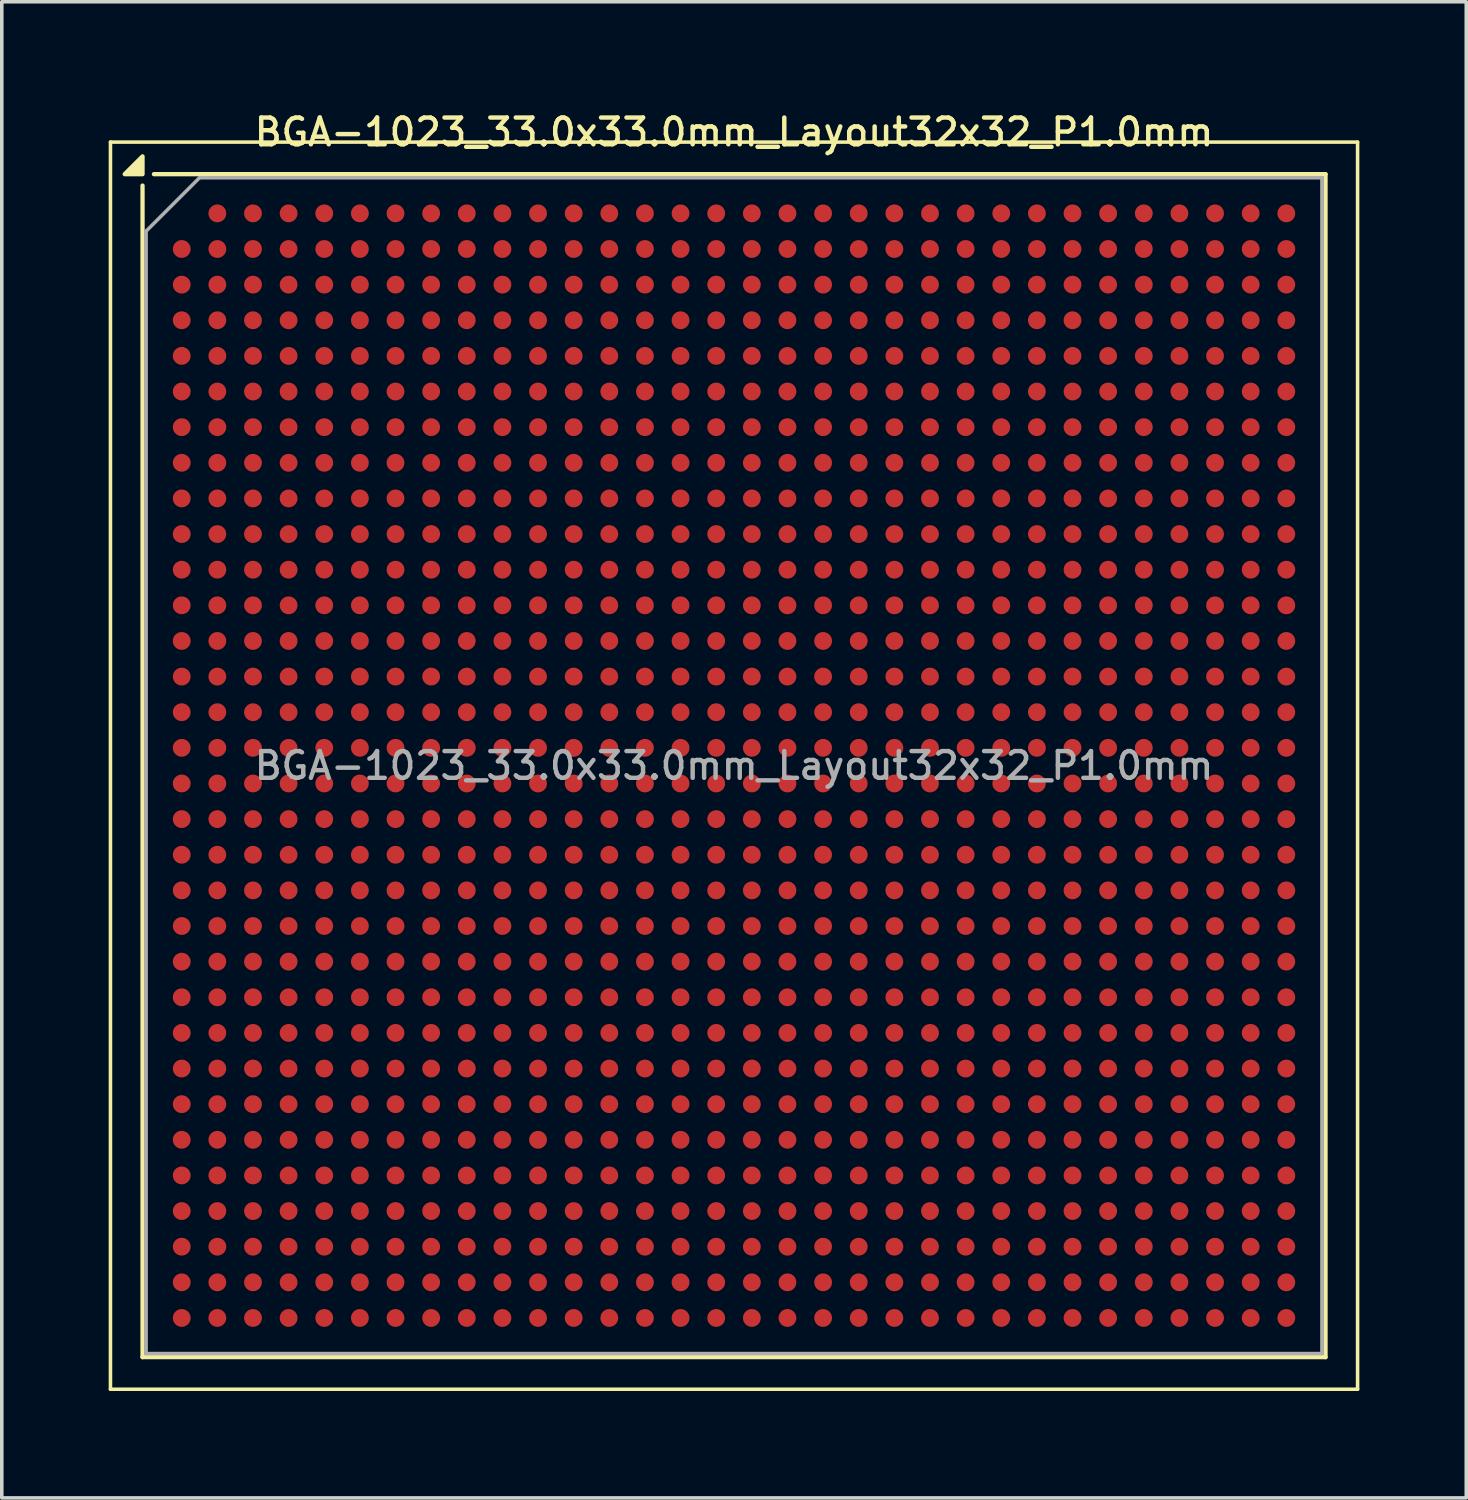
<source format=kicad_pcb>
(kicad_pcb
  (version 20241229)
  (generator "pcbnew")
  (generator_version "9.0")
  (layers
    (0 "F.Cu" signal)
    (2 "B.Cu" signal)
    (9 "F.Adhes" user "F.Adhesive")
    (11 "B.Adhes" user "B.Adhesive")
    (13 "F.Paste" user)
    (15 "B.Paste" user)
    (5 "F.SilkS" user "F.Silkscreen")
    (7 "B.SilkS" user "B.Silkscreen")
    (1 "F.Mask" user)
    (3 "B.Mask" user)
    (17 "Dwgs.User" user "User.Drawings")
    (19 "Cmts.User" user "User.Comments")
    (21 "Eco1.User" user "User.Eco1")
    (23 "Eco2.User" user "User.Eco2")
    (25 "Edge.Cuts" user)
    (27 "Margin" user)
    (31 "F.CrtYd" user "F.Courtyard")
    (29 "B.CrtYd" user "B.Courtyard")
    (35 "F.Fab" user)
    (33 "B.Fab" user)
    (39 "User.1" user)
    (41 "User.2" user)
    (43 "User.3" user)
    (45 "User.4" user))
  (footprint "BGA-1023_33.0x33.0mm_Layout32x32_P1.0mm"
    (layer "F.Cu")
    (at 17.55 18.438)
    (property "Reference" "BGA-1023_33.0x33.0mm_Layout32x32_P1.0mm" (at 0 -17.78 0) (layer "F.SilkS") (effects (font (size 0.75 0.75) (thickness 0.125))))
    (attr smd)
    (fp_line (start -17.5 -17.5) (end -17.5 17.5) (stroke (width 0.1) (type solid)) (layer "F.SilkS"))
    (fp_line (start -17.5 -17.5) (end 17.5 -17.5) (stroke (width 0.1) (type solid)) (layer "F.SilkS"))
    (fp_line (start -16.6 -16.28) (end -16.6 16.6) (stroke (width 0.12) (type solid)) (layer "F.SilkS"))
    (fp_line (start -16.6 16.6) (end 16.6 16.6) (stroke (width 0.12) (type solid)) (layer "F.SilkS"))
    (fp_line (start 16.6 -16.6) (end -16.28 -16.6) (stroke (width 0.12) (type solid)) (layer "F.SilkS"))
    (fp_line (start 16.6 16.6) (end 16.6 -16.6) (stroke (width 0.12) (type solid)) (layer "F.SilkS"))
    (fp_line (start 17.5 17.5) (end -17.5 17.5) (stroke (width 0.1) (type solid)) (layer "F.SilkS"))
    (fp_line (start 17.5 17.5) (end 17.5 -17.5) (stroke (width 0.1) (type solid)) (layer "F.SilkS"))
    (fp_poly (pts (xy -16.6 -16.6) (xy -17.1 -16.6) (xy -16.6 -17.1) (xy -16.6 -16.6)) (stroke (width 0.12) (type solid)) (fill yes) (layer "F.SilkS"))
    (fp_line (start -16.5 -15) (end -15 -16.5) (stroke (width 0.1) (type solid)) (layer "F.Fab"))
    (fp_line (start -16.5 16.5) (end -16.5 -15) (stroke (width 0.1) (type solid)) (layer "F.Fab"))
    (fp_line (start -15 -16.5) (end 16.5 -16.5) (stroke (width 0.1) (type solid)) (layer "F.Fab"))
    (fp_line (start 16.5 -16.5) (end 16.5 16.5) (stroke (width 0.1) (type solid)) (layer "F.Fab"))
    (fp_line (start 16.5 16.5) (end -16.5 16.5) (stroke (width 0.1) (type solid)) (layer "F.Fab"))
    (fp_text user "${REFERENCE}" (at 0 0 0) (layer "F.Fab") (effects (font (size 0.75 0.75) (thickness 0.125))))
    (pad "A2" smd circle (at -14.5 -15.5) (size 0.5 0.5) (property pad_prop_bga) (layers "F.Cu" "F.Mask" "F.Paste"))
    (pad "A3" smd circle (at -13.5 -15.5) (size 0.5 0.5) (property pad_prop_bga) (layers "F.Cu" "F.Mask" "F.Paste"))
    (pad "A4" smd circle (at -12.5 -15.5) (size 0.5 0.5) (property pad_prop_bga) (layers "F.Cu" "F.Mask" "F.Paste"))
    (pad "A5" smd circle (at -11.5 -15.5) (size 0.5 0.5) (property pad_prop_bga) (layers "F.Cu" "F.Mask" "F.Paste"))
    (pad "A6" smd circle (at -10.5 -15.5) (size 0.5 0.5) (property pad_prop_bga) (layers "F.Cu" "F.Mask" "F.Paste"))
    (pad "A7" smd circle (at -9.5 -15.5) (size 0.5 0.5) (property pad_prop_bga) (layers "F.Cu" "F.Mask" "F.Paste"))
    (pad "A8" smd circle (at -8.5 -15.5) (size 0.5 0.5) (property pad_prop_bga) (layers "F.Cu" "F.Mask" "F.Paste"))
    (pad "A9" smd circle (at -7.5 -15.5) (size 0.5 0.5) (property pad_prop_bga) (layers "F.Cu" "F.Mask" "F.Paste"))
    (pad "A10" smd circle (at -6.5 -15.5) (size 0.5 0.5) (property pad_prop_bga) (layers "F.Cu" "F.Mask" "F.Paste"))
    (pad "A11" smd circle (at -5.5 -15.5) (size 0.5 0.5) (property pad_prop_bga) (layers "F.Cu" "F.Mask" "F.Paste"))
    (pad "A12" smd circle (at -4.5 -15.5) (size 0.5 0.5) (property pad_prop_bga) (layers "F.Cu" "F.Mask" "F.Paste"))
    (pad "A13" smd circle (at -3.5 -15.5) (size 0.5 0.5) (property pad_prop_bga) (layers "F.Cu" "F.Mask" "F.Paste"))
    (pad "A14" smd circle (at -2.5 -15.5) (size 0.5 0.5) (property pad_prop_bga) (layers "F.Cu" "F.Mask" "F.Paste"))
    (pad "A15" smd circle (at -1.5 -15.5) (size 0.5 0.5) (property pad_prop_bga) (layers "F.Cu" "F.Mask" "F.Paste"))
    (pad "A16" smd circle (at -0.5 -15.5) (size 0.5 0.5) (property pad_prop_bga) (layers "F.Cu" "F.Mask" "F.Paste"))
    (pad "A17" smd circle (at 0.5 -15.5) (size 0.5 0.5) (property pad_prop_bga) (layers "F.Cu" "F.Mask" "F.Paste"))
    (pad "A18" smd circle (at 1.5 -15.5) (size 0.5 0.5) (property pad_prop_bga) (layers "F.Cu" "F.Mask" "F.Paste"))
    (pad "A19" smd circle (at 2.5 -15.5) (size 0.5 0.5) (property pad_prop_bga) (layers "F.Cu" "F.Mask" "F.Paste"))
    (pad "A20" smd circle (at 3.5 -15.5) (size 0.5 0.5) (property pad_prop_bga) (layers "F.Cu" "F.Mask" "F.Paste"))
    (pad "A21" smd circle (at 4.5 -15.5) (size 0.5 0.5) (property pad_prop_bga) (layers "F.Cu" "F.Mask" "F.Paste"))
    (pad "A22" smd circle (at 5.5 -15.5) (size 0.5 0.5) (property pad_prop_bga) (layers "F.Cu" "F.Mask" "F.Paste"))
    (pad "A23" smd circle (at 6.5 -15.5) (size 0.5 0.5) (property pad_prop_bga) (layers "F.Cu" "F.Mask" "F.Paste"))
    (pad "A24" smd circle (at 7.5 -15.5) (size 0.5 0.5) (property pad_prop_bga) (layers "F.Cu" "F.Mask" "F.Paste"))
    (pad "A25" smd circle (at 8.5 -15.5) (size 0.5 0.5) (property pad_prop_bga) (layers "F.Cu" "F.Mask" "F.Paste"))
    (pad "A26" smd circle (at 9.5 -15.5) (size 0.5 0.5) (property pad_prop_bga) (layers "F.Cu" "F.Mask" "F.Paste"))
    (pad "A27" smd circle (at 10.5 -15.5) (size 0.5 0.5) (property pad_prop_bga) (layers "F.Cu" "F.Mask" "F.Paste"))
    (pad "A28" smd circle (at 11.5 -15.5) (size 0.5 0.5) (property pad_prop_bga) (layers "F.Cu" "F.Mask" "F.Paste"))
    (pad "A29" smd circle (at 12.5 -15.5) (size 0.5 0.5) (property pad_prop_bga) (layers "F.Cu" "F.Mask" "F.Paste"))
    (pad "A30" smd circle (at 13.5 -15.5) (size 0.5 0.5) (property pad_prop_bga) (layers "F.Cu" "F.Mask" "F.Paste"))
    (pad "A31" smd circle (at 14.5 -15.5) (size 0.5 0.5) (property pad_prop_bga) (layers "F.Cu" "F.Mask" "F.Paste"))
    (pad "A32" smd circle (at 15.5 -15.5) (size 0.5 0.5) (property pad_prop_bga) (layers "F.Cu" "F.Mask" "F.Paste"))
    (pad "AA1" smd circle (at -15.5 4.5) (size 0.5 0.5) (property pad_prop_bga) (layers "F.Cu" "F.Mask" "F.Paste"))
    (pad "AA2" smd circle (at -14.5 4.5) (size 0.5 0.5) (property pad_prop_bga) (layers "F.Cu" "F.Mask" "F.Paste"))
    (pad "AA3" smd circle (at -13.5 4.5) (size 0.5 0.5) (property pad_prop_bga) (layers "F.Cu" "F.Mask" "F.Paste"))
    (pad "AA4" smd circle (at -12.5 4.5) (size 0.5 0.5) (property pad_prop_bga) (layers "F.Cu" "F.Mask" "F.Paste"))
    (pad "AA5" smd circle (at -11.5 4.5) (size 0.5 0.5) (property pad_prop_bga) (layers "F.Cu" "F.Mask" "F.Paste"))
    (pad "AA6" smd circle (at -10.5 4.5) (size 0.5 0.5) (property pad_prop_bga) (layers "F.Cu" "F.Mask" "F.Paste"))
    (pad "AA7" smd circle (at -9.5 4.5) (size 0.5 0.5) (property pad_prop_bga) (layers "F.Cu" "F.Mask" "F.Paste"))
    (pad "AA8" smd circle (at -8.5 4.5) (size 0.5 0.5) (property pad_prop_bga) (layers "F.Cu" "F.Mask" "F.Paste"))
    (pad "AA9" smd circle (at -7.5 4.5) (size 0.5 0.5) (property pad_prop_bga) (layers "F.Cu" "F.Mask" "F.Paste"))
    (pad "AA10" smd circle (at -6.5 4.5) (size 0.5 0.5) (property pad_prop_bga) (layers "F.Cu" "F.Mask" "F.Paste"))
    (pad "AA11" smd circle (at -5.5 4.5) (size 0.5 0.5) (property pad_prop_bga) (layers "F.Cu" "F.Mask" "F.Paste"))
    (pad "AA12" smd circle (at -4.5 4.5) (size 0.5 0.5) (property pad_prop_bga) (layers "F.Cu" "F.Mask" "F.Paste"))
    (pad "AA13" smd circle (at -3.5 4.5) (size 0.5 0.5) (property pad_prop_bga) (layers "F.Cu" "F.Mask" "F.Paste"))
    (pad "AA14" smd circle (at -2.5 4.5) (size 0.5 0.5) (property pad_prop_bga) (layers "F.Cu" "F.Mask" "F.Paste"))
    (pad "AA15" smd circle (at -1.5 4.5) (size 0.5 0.5) (property pad_prop_bga) (layers "F.Cu" "F.Mask" "F.Paste"))
    (pad "AA16" smd circle (at -0.5 4.5) (size 0.5 0.5) (property pad_prop_bga) (layers "F.Cu" "F.Mask" "F.Paste"))
    (pad "AA17" smd circle (at 0.5 4.5) (size 0.5 0.5) (property pad_prop_bga) (layers "F.Cu" "F.Mask" "F.Paste"))
    (pad "AA18" smd circle (at 1.5 4.5) (size 0.5 0.5) (property pad_prop_bga) (layers "F.Cu" "F.Mask" "F.Paste"))
    (pad "AA19" smd circle (at 2.5 4.5) (size 0.5 0.5) (property pad_prop_bga) (layers "F.Cu" "F.Mask" "F.Paste"))
    (pad "AA20" smd circle (at 3.5 4.5) (size 0.5 0.5) (property pad_prop_bga) (layers "F.Cu" "F.Mask" "F.Paste"))
    (pad "AA21" smd circle (at 4.5 4.5) (size 0.5 0.5) (property pad_prop_bga) (layers "F.Cu" "F.Mask" "F.Paste"))
    (pad "AA22" smd circle (at 5.5 4.5) (size 0.5 0.5) (property pad_prop_bga) (layers "F.Cu" "F.Mask" "F.Paste"))
    (pad "AA23" smd circle (at 6.5 4.5) (size 0.5 0.5) (property pad_prop_bga) (layers "F.Cu" "F.Mask" "F.Paste"))
    (pad "AA24" smd circle (at 7.5 4.5) (size 0.5 0.5) (property pad_prop_bga) (layers "F.Cu" "F.Mask" "F.Paste"))
    (pad "AA25" smd circle (at 8.5 4.5) (size 0.5 0.5) (property pad_prop_bga) (layers "F.Cu" "F.Mask" "F.Paste"))
    (pad "AA26" smd circle (at 9.5 4.5) (size 0.5 0.5) (property pad_prop_bga) (layers "F.Cu" "F.Mask" "F.Paste"))
    (pad "AA27" smd circle (at 10.5 4.5) (size 0.5 0.5) (property pad_prop_bga) (layers "F.Cu" "F.Mask" "F.Paste"))
    (pad "AA28" smd circle (at 11.5 4.5) (size 0.5 0.5) (property pad_prop_bga) (layers "F.Cu" "F.Mask" "F.Paste"))
    (pad "AA29" smd circle (at 12.5 4.5) (size 0.5 0.5) (property pad_prop_bga) (layers "F.Cu" "F.Mask" "F.Paste"))
    (pad "AA30" smd circle (at 13.5 4.5) (size 0.5 0.5) (property pad_prop_bga) (layers "F.Cu" "F.Mask" "F.Paste"))
    (pad "AA31" smd circle (at 14.5 4.5) (size 0.5 0.5) (property pad_prop_bga) (layers "F.Cu" "F.Mask" "F.Paste"))
    (pad "AA32" smd circle (at 15.5 4.5) (size 0.5 0.5) (property pad_prop_bga) (layers "F.Cu" "F.Mask" "F.Paste"))
    (pad "AB1" smd circle (at -15.5 5.5) (size 0.5 0.5) (property pad_prop_bga) (layers "F.Cu" "F.Mask" "F.Paste"))
    (pad "AB2" smd circle (at -14.5 5.5) (size 0.5 0.5) (property pad_prop_bga) (layers "F.Cu" "F.Mask" "F.Paste"))
    (pad "AB3" smd circle (at -13.5 5.5) (size 0.5 0.5) (property pad_prop_bga) (layers "F.Cu" "F.Mask" "F.Paste"))
    (pad "AB4" smd circle (at -12.5 5.5) (size 0.5 0.5) (property pad_prop_bga) (layers "F.Cu" "F.Mask" "F.Paste"))
    (pad "AB5" smd circle (at -11.5 5.5) (size 0.5 0.5) (property pad_prop_bga) (layers "F.Cu" "F.Mask" "F.Paste"))
    (pad "AB6" smd circle (at -10.5 5.5) (size 0.5 0.5) (property pad_prop_bga) (layers "F.Cu" "F.Mask" "F.Paste"))
    (pad "AB7" smd circle (at -9.5 5.5) (size 0.5 0.5) (property pad_prop_bga) (layers "F.Cu" "F.Mask" "F.Paste"))
    (pad "AB8" smd circle (at -8.5 5.5) (size 0.5 0.5) (property pad_prop_bga) (layers "F.Cu" "F.Mask" "F.Paste"))
    (pad "AB9" smd circle (at -7.5 5.5) (size 0.5 0.5) (property pad_prop_bga) (layers "F.Cu" "F.Mask" "F.Paste"))
    (pad "AB10" smd circle (at -6.5 5.5) (size 0.5 0.5) (property pad_prop_bga) (layers "F.Cu" "F.Mask" "F.Paste"))
    (pad "AB11" smd circle (at -5.5 5.5) (size 0.5 0.5) (property pad_prop_bga) (layers "F.Cu" "F.Mask" "F.Paste"))
    (pad "AB12" smd circle (at -4.5 5.5) (size 0.5 0.5) (property pad_prop_bga) (layers "F.Cu" "F.Mask" "F.Paste"))
    (pad "AB13" smd circle (at -3.5 5.5) (size 0.5 0.5) (property pad_prop_bga) (layers "F.Cu" "F.Mask" "F.Paste"))
    (pad "AB14" smd circle (at -2.5 5.5) (size 0.5 0.5) (property pad_prop_bga) (layers "F.Cu" "F.Mask" "F.Paste"))
    (pad "AB15" smd circle (at -1.5 5.5) (size 0.5 0.5) (property pad_prop_bga) (layers "F.Cu" "F.Mask" "F.Paste"))
    (pad "AB16" smd circle (at -0.5 5.5) (size 0.5 0.5) (property pad_prop_bga) (layers "F.Cu" "F.Mask" "F.Paste"))
    (pad "AB17" smd circle (at 0.5 5.5) (size 0.5 0.5) (property pad_prop_bga) (layers "F.Cu" "F.Mask" "F.Paste"))
    (pad "AB18" smd circle (at 1.5 5.5) (size 0.5 0.5) (property pad_prop_bga) (layers "F.Cu" "F.Mask" "F.Paste"))
    (pad "AB19" smd circle (at 2.5 5.5) (size 0.5 0.5) (property pad_prop_bga) (layers "F.Cu" "F.Mask" "F.Paste"))
    (pad "AB20" smd circle (at 3.5 5.5) (size 0.5 0.5) (property pad_prop_bga) (layers "F.Cu" "F.Mask" "F.Paste"))
    (pad "AB21" smd circle (at 4.5 5.5) (size 0.5 0.5) (property pad_prop_bga) (layers "F.Cu" "F.Mask" "F.Paste"))
    (pad "AB22" smd circle (at 5.5 5.5) (size 0.5 0.5) (property pad_prop_bga) (layers "F.Cu" "F.Mask" "F.Paste"))
    (pad "AB23" smd circle (at 6.5 5.5) (size 0.5 0.5) (property pad_prop_bga) (layers "F.Cu" "F.Mask" "F.Paste"))
    (pad "AB24" smd circle (at 7.5 5.5) (size 0.5 0.5) (property pad_prop_bga) (layers "F.Cu" "F.Mask" "F.Paste"))
    (pad "AB25" smd circle (at 8.5 5.5) (size 0.5 0.5) (property pad_prop_bga) (layers "F.Cu" "F.Mask" "F.Paste"))
    (pad "AB26" smd circle (at 9.5 5.5) (size 0.5 0.5) (property pad_prop_bga) (layers "F.Cu" "F.Mask" "F.Paste"))
    (pad "AB27" smd circle (at 10.5 5.5) (size 0.5 0.5) (property pad_prop_bga) (layers "F.Cu" "F.Mask" "F.Paste"))
    (pad "AB28" smd circle (at 11.5 5.5) (size 0.5 0.5) (property pad_prop_bga) (layers "F.Cu" "F.Mask" "F.Paste"))
    (pad "AB29" smd circle (at 12.5 5.5) (size 0.5 0.5) (property pad_prop_bga) (layers "F.Cu" "F.Mask" "F.Paste"))
    (pad "AB30" smd circle (at 13.5 5.5) (size 0.5 0.5) (property pad_prop_bga) (layers "F.Cu" "F.Mask" "F.Paste"))
    (pad "AB31" smd circle (at 14.5 5.5) (size 0.5 0.5) (property pad_prop_bga) (layers "F.Cu" "F.Mask" "F.Paste"))
    (pad "AB32" smd circle (at 15.5 5.5) (size 0.5 0.5) (property pad_prop_bga) (layers "F.Cu" "F.Mask" "F.Paste"))
    (pad "AC1" smd circle (at -15.5 6.5) (size 0.5 0.5) (property pad_prop_bga) (layers "F.Cu" "F.Mask" "F.Paste"))
    (pad "AC2" smd circle (at -14.5 6.5) (size 0.5 0.5) (property pad_prop_bga) (layers "F.Cu" "F.Mask" "F.Paste"))
    (pad "AC3" smd circle (at -13.5 6.5) (size 0.5 0.5) (property pad_prop_bga) (layers "F.Cu" "F.Mask" "F.Paste"))
    (pad "AC4" smd circle (at -12.5 6.5) (size 0.5 0.5) (property pad_prop_bga) (layers "F.Cu" "F.Mask" "F.Paste"))
    (pad "AC5" smd circle (at -11.5 6.5) (size 0.5 0.5) (property pad_prop_bga) (layers "F.Cu" "F.Mask" "F.Paste"))
    (pad "AC6" smd circle (at -10.5 6.5) (size 0.5 0.5) (property pad_prop_bga) (layers "F.Cu" "F.Mask" "F.Paste"))
    (pad "AC7" smd circle (at -9.5 6.5) (size 0.5 0.5) (property pad_prop_bga) (layers "F.Cu" "F.Mask" "F.Paste"))
    (pad "AC8" smd circle (at -8.5 6.5) (size 0.5 0.5) (property pad_prop_bga) (layers "F.Cu" "F.Mask" "F.Paste"))
    (pad "AC9" smd circle (at -7.5 6.5) (size 0.5 0.5) (property pad_prop_bga) (layers "F.Cu" "F.Mask" "F.Paste"))
    (pad "AC10" smd circle (at -6.5 6.5) (size 0.5 0.5) (property pad_prop_bga) (layers "F.Cu" "F.Mask" "F.Paste"))
    (pad "AC11" smd circle (at -5.5 6.5) (size 0.5 0.5) (property pad_prop_bga) (layers "F.Cu" "F.Mask" "F.Paste"))
    (pad "AC12" smd circle (at -4.5 6.5) (size 0.5 0.5) (property pad_prop_bga) (layers "F.Cu" "F.Mask" "F.Paste"))
    (pad "AC13" smd circle (at -3.5 6.5) (size 0.5 0.5) (property pad_prop_bga) (layers "F.Cu" "F.Mask" "F.Paste"))
    (pad "AC14" smd circle (at -2.5 6.5) (size 0.5 0.5) (property pad_prop_bga) (layers "F.Cu" "F.Mask" "F.Paste"))
    (pad "AC15" smd circle (at -1.5 6.5) (size 0.5 0.5) (property pad_prop_bga) (layers "F.Cu" "F.Mask" "F.Paste"))
    (pad "AC16" smd circle (at -0.5 6.5) (size 0.5 0.5) (property pad_prop_bga) (layers "F.Cu" "F.Mask" "F.Paste"))
    (pad "AC17" smd circle (at 0.5 6.5) (size 0.5 0.5) (property pad_prop_bga) (layers "F.Cu" "F.Mask" "F.Paste"))
    (pad "AC18" smd circle (at 1.5 6.5) (size 0.5 0.5) (property pad_prop_bga) (layers "F.Cu" "F.Mask" "F.Paste"))
    (pad "AC19" smd circle (at 2.5 6.5) (size 0.5 0.5) (property pad_prop_bga) (layers "F.Cu" "F.Mask" "F.Paste"))
    (pad "AC20" smd circle (at 3.5 6.5) (size 0.5 0.5) (property pad_prop_bga) (layers "F.Cu" "F.Mask" "F.Paste"))
    (pad "AC21" smd circle (at 4.5 6.5) (size 0.5 0.5) (property pad_prop_bga) (layers "F.Cu" "F.Mask" "F.Paste"))
    (pad "AC22" smd circle (at 5.5 6.5) (size 0.5 0.5) (property pad_prop_bga) (layers "F.Cu" "F.Mask" "F.Paste"))
    (pad "AC23" smd circle (at 6.5 6.5) (size 0.5 0.5) (property pad_prop_bga) (layers "F.Cu" "F.Mask" "F.Paste"))
    (pad "AC24" smd circle (at 7.5 6.5) (size 0.5 0.5) (property pad_prop_bga) (layers "F.Cu" "F.Mask" "F.Paste"))
    (pad "AC25" smd circle (at 8.5 6.5) (size 0.5 0.5) (property pad_prop_bga) (layers "F.Cu" "F.Mask" "F.Paste"))
    (pad "AC26" smd circle (at 9.5 6.5) (size 0.5 0.5) (property pad_prop_bga) (layers "F.Cu" "F.Mask" "F.Paste"))
    (pad "AC27" smd circle (at 10.5 6.5) (size 0.5 0.5) (property pad_prop_bga) (layers "F.Cu" "F.Mask" "F.Paste"))
    (pad "AC28" smd circle (at 11.5 6.5) (size 0.5 0.5) (property pad_prop_bga) (layers "F.Cu" "F.Mask" "F.Paste"))
    (pad "AC29" smd circle (at 12.5 6.5) (size 0.5 0.5) (property pad_prop_bga) (layers "F.Cu" "F.Mask" "F.Paste"))
    (pad "AC30" smd circle (at 13.5 6.5) (size 0.5 0.5) (property pad_prop_bga) (layers "F.Cu" "F.Mask" "F.Paste"))
    (pad "AC31" smd circle (at 14.5 6.5) (size 0.5 0.5) (property pad_prop_bga) (layers "F.Cu" "F.Mask" "F.Paste"))
    (pad "AC32" smd circle (at 15.5 6.5) (size 0.5 0.5) (property pad_prop_bga) (layers "F.Cu" "F.Mask" "F.Paste"))
    (pad "AD1" smd circle (at -15.5 7.5) (size 0.5 0.5) (property pad_prop_bga) (layers "F.Cu" "F.Mask" "F.Paste"))
    (pad "AD2" smd circle (at -14.5 7.5) (size 0.5 0.5) (property pad_prop_bga) (layers "F.Cu" "F.Mask" "F.Paste"))
    (pad "AD3" smd circle (at -13.5 7.5) (size 0.5 0.5) (property pad_prop_bga) (layers "F.Cu" "F.Mask" "F.Paste"))
    (pad "AD4" smd circle (at -12.5 7.5) (size 0.5 0.5) (property pad_prop_bga) (layers "F.Cu" "F.Mask" "F.Paste"))
    (pad "AD5" smd circle (at -11.5 7.5) (size 0.5 0.5) (property pad_prop_bga) (layers "F.Cu" "F.Mask" "F.Paste"))
    (pad "AD6" smd circle (at -10.5 7.5) (size 0.5 0.5) (property pad_prop_bga) (layers "F.Cu" "F.Mask" "F.Paste"))
    (pad "AD7" smd circle (at -9.5 7.5) (size 0.5 0.5) (property pad_prop_bga) (layers "F.Cu" "F.Mask" "F.Paste"))
    (pad "AD8" smd circle (at -8.5 7.5) (size 0.5 0.5) (property pad_prop_bga) (layers "F.Cu" "F.Mask" "F.Paste"))
    (pad "AD9" smd circle (at -7.5 7.5) (size 0.5 0.5) (property pad_prop_bga) (layers "F.Cu" "F.Mask" "F.Paste"))
    (pad "AD10" smd circle (at -6.5 7.5) (size 0.5 0.5) (property pad_prop_bga) (layers "F.Cu" "F.Mask" "F.Paste"))
    (pad "AD11" smd circle (at -5.5 7.5) (size 0.5 0.5) (property pad_prop_bga) (layers "F.Cu" "F.Mask" "F.Paste"))
    (pad "AD12" smd circle (at -4.5 7.5) (size 0.5 0.5) (property pad_prop_bga) (layers "F.Cu" "F.Mask" "F.Paste"))
    (pad "AD13" smd circle (at -3.5 7.5) (size 0.5 0.5) (property pad_prop_bga) (layers "F.Cu" "F.Mask" "F.Paste"))
    (pad "AD14" smd circle (at -2.5 7.5) (size 0.5 0.5) (property pad_prop_bga) (layers "F.Cu" "F.Mask" "F.Paste"))
    (pad "AD15" smd circle (at -1.5 7.5) (size 0.5 0.5) (property pad_prop_bga) (layers "F.Cu" "F.Mask" "F.Paste"))
    (pad "AD16" smd circle (at -0.5 7.5) (size 0.5 0.5) (property pad_prop_bga) (layers "F.Cu" "F.Mask" "F.Paste"))
    (pad "AD17" smd circle (at 0.5 7.5) (size 0.5 0.5) (property pad_prop_bga) (layers "F.Cu" "F.Mask" "F.Paste"))
    (pad "AD18" smd circle (at 1.5 7.5) (size 0.5 0.5) (property pad_prop_bga) (layers "F.Cu" "F.Mask" "F.Paste"))
    (pad "AD19" smd circle (at 2.5 7.5) (size 0.5 0.5) (property pad_prop_bga) (layers "F.Cu" "F.Mask" "F.Paste"))
    (pad "AD20" smd circle (at 3.5 7.5) (size 0.5 0.5) (property pad_prop_bga) (layers "F.Cu" "F.Mask" "F.Paste"))
    (pad "AD21" smd circle (at 4.5 7.5) (size 0.5 0.5) (property pad_prop_bga) (layers "F.Cu" "F.Mask" "F.Paste"))
    (pad "AD22" smd circle (at 5.5 7.5) (size 0.5 0.5) (property pad_prop_bga) (layers "F.Cu" "F.Mask" "F.Paste"))
    (pad "AD23" smd circle (at 6.5 7.5) (size 0.5 0.5) (property pad_prop_bga) (layers "F.Cu" "F.Mask" "F.Paste"))
    (pad "AD24" smd circle (at 7.5 7.5) (size 0.5 0.5) (property pad_prop_bga) (layers "F.Cu" "F.Mask" "F.Paste"))
    (pad "AD25" smd circle (at 8.5 7.5) (size 0.5 0.5) (property pad_prop_bga) (layers "F.Cu" "F.Mask" "F.Paste"))
    (pad "AD26" smd circle (at 9.5 7.5) (size 0.5 0.5) (property pad_prop_bga) (layers "F.Cu" "F.Mask" "F.Paste"))
    (pad "AD27" smd circle (at 10.5 7.5) (size 0.5 0.5) (property pad_prop_bga) (layers "F.Cu" "F.Mask" "F.Paste"))
    (pad "AD28" smd circle (at 11.5 7.5) (size 0.5 0.5) (property pad_prop_bga) (layers "F.Cu" "F.Mask" "F.Paste"))
    (pad "AD29" smd circle (at 12.5 7.5) (size 0.5 0.5) (property pad_prop_bga) (layers "F.Cu" "F.Mask" "F.Paste"))
    (pad "AD30" smd circle (at 13.5 7.5) (size 0.5 0.5) (property pad_prop_bga) (layers "F.Cu" "F.Mask" "F.Paste"))
    (pad "AD31" smd circle (at 14.5 7.5) (size 0.5 0.5) (property pad_prop_bga) (layers "F.Cu" "F.Mask" "F.Paste"))
    (pad "AD32" smd circle (at 15.5 7.5) (size 0.5 0.5) (property pad_prop_bga) (layers "F.Cu" "F.Mask" "F.Paste"))
    (pad "AE1" smd circle (at -15.5 8.5) (size 0.5 0.5) (property pad_prop_bga) (layers "F.Cu" "F.Mask" "F.Paste"))
    (pad "AE2" smd circle (at -14.5 8.5) (size 0.5 0.5) (property pad_prop_bga) (layers "F.Cu" "F.Mask" "F.Paste"))
    (pad "AE3" smd circle (at -13.5 8.5) (size 0.5 0.5) (property pad_prop_bga) (layers "F.Cu" "F.Mask" "F.Paste"))
    (pad "AE4" smd circle (at -12.5 8.5) (size 0.5 0.5) (property pad_prop_bga) (layers "F.Cu" "F.Mask" "F.Paste"))
    (pad "AE5" smd circle (at -11.5 8.5) (size 0.5 0.5) (property pad_prop_bga) (layers "F.Cu" "F.Mask" "F.Paste"))
    (pad "AE6" smd circle (at -10.5 8.5) (size 0.5 0.5) (property pad_prop_bga) (layers "F.Cu" "F.Mask" "F.Paste"))
    (pad "AE7" smd circle (at -9.5 8.5) (size 0.5 0.5) (property pad_prop_bga) (layers "F.Cu" "F.Mask" "F.Paste"))
    (pad "AE8" smd circle (at -8.5 8.5) (size 0.5 0.5) (property pad_prop_bga) (layers "F.Cu" "F.Mask" "F.Paste"))
    (pad "AE9" smd circle (at -7.5 8.5) (size 0.5 0.5) (property pad_prop_bga) (layers "F.Cu" "F.Mask" "F.Paste"))
    (pad "AE10" smd circle (at -6.5 8.5) (size 0.5 0.5) (property pad_prop_bga) (layers "F.Cu" "F.Mask" "F.Paste"))
    (pad "AE11" smd circle (at -5.5 8.5) (size 0.5 0.5) (property pad_prop_bga) (layers "F.Cu" "F.Mask" "F.Paste"))
    (pad "AE12" smd circle (at -4.5 8.5) (size 0.5 0.5) (property pad_prop_bga) (layers "F.Cu" "F.Mask" "F.Paste"))
    (pad "AE13" smd circle (at -3.5 8.5) (size 0.5 0.5) (property pad_prop_bga) (layers "F.Cu" "F.Mask" "F.Paste"))
    (pad "AE14" smd circle (at -2.5 8.5) (size 0.5 0.5) (property pad_prop_bga) (layers "F.Cu" "F.Mask" "F.Paste"))
    (pad "AE15" smd circle (at -1.5 8.5) (size 0.5 0.5) (property pad_prop_bga) (layers "F.Cu" "F.Mask" "F.Paste"))
    (pad "AE16" smd circle (at -0.5 8.5) (size 0.5 0.5) (property pad_prop_bga) (layers "F.Cu" "F.Mask" "F.Paste"))
    (pad "AE17" smd circle (at 0.5 8.5) (size 0.5 0.5) (property pad_prop_bga) (layers "F.Cu" "F.Mask" "F.Paste"))
    (pad "AE18" smd circle (at 1.5 8.5) (size 0.5 0.5) (property pad_prop_bga) (layers "F.Cu" "F.Mask" "F.Paste"))
    (pad "AE19" smd circle (at 2.5 8.5) (size 0.5 0.5) (property pad_prop_bga) (layers "F.Cu" "F.Mask" "F.Paste"))
    (pad "AE20" smd circle (at 3.5 8.5) (size 0.5 0.5) (property pad_prop_bga) (layers "F.Cu" "F.Mask" "F.Paste"))
    (pad "AE21" smd circle (at 4.5 8.5) (size 0.5 0.5) (property pad_prop_bga) (layers "F.Cu" "F.Mask" "F.Paste"))
    (pad "AE22" smd circle (at 5.5 8.5) (size 0.5 0.5) (property pad_prop_bga) (layers "F.Cu" "F.Mask" "F.Paste"))
    (pad "AE23" smd circle (at 6.5 8.5) (size 0.5 0.5) (property pad_prop_bga) (layers "F.Cu" "F.Mask" "F.Paste"))
    (pad "AE24" smd circle (at 7.5 8.5) (size 0.5 0.5) (property pad_prop_bga) (layers "F.Cu" "F.Mask" "F.Paste"))
    (pad "AE25" smd circle (at 8.5 8.5) (size 0.5 0.5) (property pad_prop_bga) (layers "F.Cu" "F.Mask" "F.Paste"))
    (pad "AE26" smd circle (at 9.5 8.5) (size 0.5 0.5) (property pad_prop_bga) (layers "F.Cu" "F.Mask" "F.Paste"))
    (pad "AE27" smd circle (at 10.5 8.5) (size 0.5 0.5) (property pad_prop_bga) (layers "F.Cu" "F.Mask" "F.Paste"))
    (pad "AE28" smd circle (at 11.5 8.5) (size 0.5 0.5) (property pad_prop_bga) (layers "F.Cu" "F.Mask" "F.Paste"))
    (pad "AE29" smd circle (at 12.5 8.5) (size 0.5 0.5) (property pad_prop_bga) (layers "F.Cu" "F.Mask" "F.Paste"))
    (pad "AE30" smd circle (at 13.5 8.5) (size 0.5 0.5) (property pad_prop_bga) (layers "F.Cu" "F.Mask" "F.Paste"))
    (pad "AE31" smd circle (at 14.5 8.5) (size 0.5 0.5) (property pad_prop_bga) (layers "F.Cu" "F.Mask" "F.Paste"))
    (pad "AE32" smd circle (at 15.5 8.5) (size 0.5 0.5) (property pad_prop_bga) (layers "F.Cu" "F.Mask" "F.Paste"))
    (pad "AF1" smd circle (at -15.5 9.5) (size 0.5 0.5) (property pad_prop_bga) (layers "F.Cu" "F.Mask" "F.Paste"))
    (pad "AF2" smd circle (at -14.5 9.5) (size 0.5 0.5) (property pad_prop_bga) (layers "F.Cu" "F.Mask" "F.Paste"))
    (pad "AF3" smd circle (at -13.5 9.5) (size 0.5 0.5) (property pad_prop_bga) (layers "F.Cu" "F.Mask" "F.Paste"))
    (pad "AF4" smd circle (at -12.5 9.5) (size 0.5 0.5) (property pad_prop_bga) (layers "F.Cu" "F.Mask" "F.Paste"))
    (pad "AF5" smd circle (at -11.5 9.5) (size 0.5 0.5) (property pad_prop_bga) (layers "F.Cu" "F.Mask" "F.Paste"))
    (pad "AF6" smd circle (at -10.5 9.5) (size 0.5 0.5) (property pad_prop_bga) (layers "F.Cu" "F.Mask" "F.Paste"))
    (pad "AF7" smd circle (at -9.5 9.5) (size 0.5 0.5) (property pad_prop_bga) (layers "F.Cu" "F.Mask" "F.Paste"))
    (pad "AF8" smd circle (at -8.5 9.5) (size 0.5 0.5) (property pad_prop_bga) (layers "F.Cu" "F.Mask" "F.Paste"))
    (pad "AF9" smd circle (at -7.5 9.5) (size 0.5 0.5) (property pad_prop_bga) (layers "F.Cu" "F.Mask" "F.Paste"))
    (pad "AF10" smd circle (at -6.5 9.5) (size 0.5 0.5) (property pad_prop_bga) (layers "F.Cu" "F.Mask" "F.Paste"))
    (pad "AF11" smd circle (at -5.5 9.5) (size 0.5 0.5) (property pad_prop_bga) (layers "F.Cu" "F.Mask" "F.Paste"))
    (pad "AF12" smd circle (at -4.5 9.5) (size 0.5 0.5) (property pad_prop_bga) (layers "F.Cu" "F.Mask" "F.Paste"))
    (pad "AF13" smd circle (at -3.5 9.5) (size 0.5 0.5) (property pad_prop_bga) (layers "F.Cu" "F.Mask" "F.Paste"))
    (pad "AF14" smd circle (at -2.5 9.5) (size 0.5 0.5) (property pad_prop_bga) (layers "F.Cu" "F.Mask" "F.Paste"))
    (pad "AF15" smd circle (at -1.5 9.5) (size 0.5 0.5) (property pad_prop_bga) (layers "F.Cu" "F.Mask" "F.Paste"))
    (pad "AF16" smd circle (at -0.5 9.5) (size 0.5 0.5) (property pad_prop_bga) (layers "F.Cu" "F.Mask" "F.Paste"))
    (pad "AF17" smd circle (at 0.5 9.5) (size 0.5 0.5) (property pad_prop_bga) (layers "F.Cu" "F.Mask" "F.Paste"))
    (pad "AF18" smd circle (at 1.5 9.5) (size 0.5 0.5) (property pad_prop_bga) (layers "F.Cu" "F.Mask" "F.Paste"))
    (pad "AF19" smd circle (at 2.5 9.5) (size 0.5 0.5) (property pad_prop_bga) (layers "F.Cu" "F.Mask" "F.Paste"))
    (pad "AF20" smd circle (at 3.5 9.5) (size 0.5 0.5) (property pad_prop_bga) (layers "F.Cu" "F.Mask" "F.Paste"))
    (pad "AF21" smd circle (at 4.5 9.5) (size 0.5 0.5) (property pad_prop_bga) (layers "F.Cu" "F.Mask" "F.Paste"))
    (pad "AF22" smd circle (at 5.5 9.5) (size 0.5 0.5) (property pad_prop_bga) (layers "F.Cu" "F.Mask" "F.Paste"))
    (pad "AF23" smd circle (at 6.5 9.5) (size 0.5 0.5) (property pad_prop_bga) (layers "F.Cu" "F.Mask" "F.Paste"))
    (pad "AF24" smd circle (at 7.5 9.5) (size 0.5 0.5) (property pad_prop_bga) (layers "F.Cu" "F.Mask" "F.Paste"))
    (pad "AF25" smd circle (at 8.5 9.5) (size 0.5 0.5) (property pad_prop_bga) (layers "F.Cu" "F.Mask" "F.Paste"))
    (pad "AF26" smd circle (at 9.5 9.5) (size 0.5 0.5) (property pad_prop_bga) (layers "F.Cu" "F.Mask" "F.Paste"))
    (pad "AF27" smd circle (at 10.5 9.5) (size 0.5 0.5) (property pad_prop_bga) (layers "F.Cu" "F.Mask" "F.Paste"))
    (pad "AF28" smd circle (at 11.5 9.5) (size 0.5 0.5) (property pad_prop_bga) (layers "F.Cu" "F.Mask" "F.Paste"))
    (pad "AF29" smd circle (at 12.5 9.5) (size 0.5 0.5) (property pad_prop_bga) (layers "F.Cu" "F.Mask" "F.Paste"))
    (pad "AF30" smd circle (at 13.5 9.5) (size 0.5 0.5) (property pad_prop_bga) (layers "F.Cu" "F.Mask" "F.Paste"))
    (pad "AF31" smd circle (at 14.5 9.5) (size 0.5 0.5) (property pad_prop_bga) (layers "F.Cu" "F.Mask" "F.Paste"))
    (pad "AF32" smd circle (at 15.5 9.5) (size 0.5 0.5) (property pad_prop_bga) (layers "F.Cu" "F.Mask" "F.Paste"))
    (pad "AG1" smd circle (at -15.5 10.5) (size 0.5 0.5) (property pad_prop_bga) (layers "F.Cu" "F.Mask" "F.Paste"))
    (pad "AG2" smd circle (at -14.5 10.5) (size 0.5 0.5) (property pad_prop_bga) (layers "F.Cu" "F.Mask" "F.Paste"))
    (pad "AG3" smd circle (at -13.5 10.5) (size 0.5 0.5) (property pad_prop_bga) (layers "F.Cu" "F.Mask" "F.Paste"))
    (pad "AG4" smd circle (at -12.5 10.5) (size 0.5 0.5) (property pad_prop_bga) (layers "F.Cu" "F.Mask" "F.Paste"))
    (pad "AG5" smd circle (at -11.5 10.5) (size 0.5 0.5) (property pad_prop_bga) (layers "F.Cu" "F.Mask" "F.Paste"))
    (pad "AG6" smd circle (at -10.5 10.5) (size 0.5 0.5) (property pad_prop_bga) (layers "F.Cu" "F.Mask" "F.Paste"))
    (pad "AG7" smd circle (at -9.5 10.5) (size 0.5 0.5) (property pad_prop_bga) (layers "F.Cu" "F.Mask" "F.Paste"))
    (pad "AG8" smd circle (at -8.5 10.5) (size 0.5 0.5) (property pad_prop_bga) (layers "F.Cu" "F.Mask" "F.Paste"))
    (pad "AG9" smd circle (at -7.5 10.5) (size 0.5 0.5) (property pad_prop_bga) (layers "F.Cu" "F.Mask" "F.Paste"))
    (pad "AG10" smd circle (at -6.5 10.5) (size 0.5 0.5) (property pad_prop_bga) (layers "F.Cu" "F.Mask" "F.Paste"))
    (pad "AG11" smd circle (at -5.5 10.5) (size 0.5 0.5) (property pad_prop_bga) (layers "F.Cu" "F.Mask" "F.Paste"))
    (pad "AG12" smd circle (at -4.5 10.5) (size 0.5 0.5) (property pad_prop_bga) (layers "F.Cu" "F.Mask" "F.Paste"))
    (pad "AG13" smd circle (at -3.5 10.5) (size 0.5 0.5) (property pad_prop_bga) (layers "F.Cu" "F.Mask" "F.Paste"))
    (pad "AG14" smd circle (at -2.5 10.5) (size 0.5 0.5) (property pad_prop_bga) (layers "F.Cu" "F.Mask" "F.Paste"))
    (pad "AG15" smd circle (at -1.5 10.5) (size 0.5 0.5) (property pad_prop_bga) (layers "F.Cu" "F.Mask" "F.Paste"))
    (pad "AG16" smd circle (at -0.5 10.5) (size 0.5 0.5) (property pad_prop_bga) (layers "F.Cu" "F.Mask" "F.Paste"))
    (pad "AG17" smd circle (at 0.5 10.5) (size 0.5 0.5) (property pad_prop_bga) (layers "F.Cu" "F.Mask" "F.Paste"))
    (pad "AG18" smd circle (at 1.5 10.5) (size 0.5 0.5) (property pad_prop_bga) (layers "F.Cu" "F.Mask" "F.Paste"))
    (pad "AG19" smd circle (at 2.5 10.5) (size 0.5 0.5) (property pad_prop_bga) (layers "F.Cu" "F.Mask" "F.Paste"))
    (pad "AG20" smd circle (at 3.5 10.5) (size 0.5 0.5) (property pad_prop_bga) (layers "F.Cu" "F.Mask" "F.Paste"))
    (pad "AG21" smd circle (at 4.5 10.5) (size 0.5 0.5) (property pad_prop_bga) (layers "F.Cu" "F.Mask" "F.Paste"))
    (pad "AG22" smd circle (at 5.5 10.5) (size 0.5 0.5) (property pad_prop_bga) (layers "F.Cu" "F.Mask" "F.Paste"))
    (pad "AG23" smd circle (at 6.5 10.5) (size 0.5 0.5) (property pad_prop_bga) (layers "F.Cu" "F.Mask" "F.Paste"))
    (pad "AG24" smd circle (at 7.5 10.5) (size 0.5 0.5) (property pad_prop_bga) (layers "F.Cu" "F.Mask" "F.Paste"))
    (pad "AG25" smd circle (at 8.5 10.5) (size 0.5 0.5) (property pad_prop_bga) (layers "F.Cu" "F.Mask" "F.Paste"))
    (pad "AG26" smd circle (at 9.5 10.5) (size 0.5 0.5) (property pad_prop_bga) (layers "F.Cu" "F.Mask" "F.Paste"))
    (pad "AG27" smd circle (at 10.5 10.5) (size 0.5 0.5) (property pad_prop_bga) (layers "F.Cu" "F.Mask" "F.Paste"))
    (pad "AG28" smd circle (at 11.5 10.5) (size 0.5 0.5) (property pad_prop_bga) (layers "F.Cu" "F.Mask" "F.Paste"))
    (pad "AG29" smd circle (at 12.5 10.5) (size 0.5 0.5) (property pad_prop_bga) (layers "F.Cu" "F.Mask" "F.Paste"))
    (pad "AG30" smd circle (at 13.5 10.5) (size 0.5 0.5) (property pad_prop_bga) (layers "F.Cu" "F.Mask" "F.Paste"))
    (pad "AG31" smd circle (at 14.5 10.5) (size 0.5 0.5) (property pad_prop_bga) (layers "F.Cu" "F.Mask" "F.Paste"))
    (pad "AG32" smd circle (at 15.5 10.5) (size 0.5 0.5) (property pad_prop_bga) (layers "F.Cu" "F.Mask" "F.Paste"))
    (pad "AH1" smd circle (at -15.5 11.5) (size 0.5 0.5) (property pad_prop_bga) (layers "F.Cu" "F.Mask" "F.Paste"))
    (pad "AH2" smd circle (at -14.5 11.5) (size 0.5 0.5) (property pad_prop_bga) (layers "F.Cu" "F.Mask" "F.Paste"))
    (pad "AH3" smd circle (at -13.5 11.5) (size 0.5 0.5) (property pad_prop_bga) (layers "F.Cu" "F.Mask" "F.Paste"))
    (pad "AH4" smd circle (at -12.5 11.5) (size 0.5 0.5) (property pad_prop_bga) (layers "F.Cu" "F.Mask" "F.Paste"))
    (pad "AH5" smd circle (at -11.5 11.5) (size 0.5 0.5) (property pad_prop_bga) (layers "F.Cu" "F.Mask" "F.Paste"))
    (pad "AH6" smd circle (at -10.5 11.5) (size 0.5 0.5) (property pad_prop_bga) (layers "F.Cu" "F.Mask" "F.Paste"))
    (pad "AH7" smd circle (at -9.5 11.5) (size 0.5 0.5) (property pad_prop_bga) (layers "F.Cu" "F.Mask" "F.Paste"))
    (pad "AH8" smd circle (at -8.5 11.5) (size 0.5 0.5) (property pad_prop_bga) (layers "F.Cu" "F.Mask" "F.Paste"))
    (pad "AH9" smd circle (at -7.5 11.5) (size 0.5 0.5) (property pad_prop_bga) (layers "F.Cu" "F.Mask" "F.Paste"))
    (pad "AH10" smd circle (at -6.5 11.5) (size 0.5 0.5) (property pad_prop_bga) (layers "F.Cu" "F.Mask" "F.Paste"))
    (pad "AH11" smd circle (at -5.5 11.5) (size 0.5 0.5) (property pad_prop_bga) (layers "F.Cu" "F.Mask" "F.Paste"))
    (pad "AH12" smd circle (at -4.5 11.5) (size 0.5 0.5) (property pad_prop_bga) (layers "F.Cu" "F.Mask" "F.Paste"))
    (pad "AH13" smd circle (at -3.5 11.5) (size 0.5 0.5) (property pad_prop_bga) (layers "F.Cu" "F.Mask" "F.Paste"))
    (pad "AH14" smd circle (at -2.5 11.5) (size 0.5 0.5) (property pad_prop_bga) (layers "F.Cu" "F.Mask" "F.Paste"))
    (pad "AH15" smd circle (at -1.5 11.5) (size 0.5 0.5) (property pad_prop_bga) (layers "F.Cu" "F.Mask" "F.Paste"))
    (pad "AH16" smd circle (at -0.5 11.5) (size 0.5 0.5) (property pad_prop_bga) (layers "F.Cu" "F.Mask" "F.Paste"))
    (pad "AH17" smd circle (at 0.5 11.5) (size 0.5 0.5) (property pad_prop_bga) (layers "F.Cu" "F.Mask" "F.Paste"))
    (pad "AH18" smd circle (at 1.5 11.5) (size 0.5 0.5) (property pad_prop_bga) (layers "F.Cu" "F.Mask" "F.Paste"))
    (pad "AH19" smd circle (at 2.5 11.5) (size 0.5 0.5) (property pad_prop_bga) (layers "F.Cu" "F.Mask" "F.Paste"))
    (pad "AH20" smd circle (at 3.5 11.5) (size 0.5 0.5) (property pad_prop_bga) (layers "F.Cu" "F.Mask" "F.Paste"))
    (pad "AH21" smd circle (at 4.5 11.5) (size 0.5 0.5) (property pad_prop_bga) (layers "F.Cu" "F.Mask" "F.Paste"))
    (pad "AH22" smd circle (at 5.5 11.5) (size 0.5 0.5) (property pad_prop_bga) (layers "F.Cu" "F.Mask" "F.Paste"))
    (pad "AH23" smd circle (at 6.5 11.5) (size 0.5 0.5) (property pad_prop_bga) (layers "F.Cu" "F.Mask" "F.Paste"))
    (pad "AH24" smd circle (at 7.5 11.5) (size 0.5 0.5) (property pad_prop_bga) (layers "F.Cu" "F.Mask" "F.Paste"))
    (pad "AH25" smd circle (at 8.5 11.5) (size 0.5 0.5) (property pad_prop_bga) (layers "F.Cu" "F.Mask" "F.Paste"))
    (pad "AH26" smd circle (at 9.5 11.5) (size 0.5 0.5) (property pad_prop_bga) (layers "F.Cu" "F.Mask" "F.Paste"))
    (pad "AH27" smd circle (at 10.5 11.5) (size 0.5 0.5) (property pad_prop_bga) (layers "F.Cu" "F.Mask" "F.Paste"))
    (pad "AH28" smd circle (at 11.5 11.5) (size 0.5 0.5) (property pad_prop_bga) (layers "F.Cu" "F.Mask" "F.Paste"))
    (pad "AH29" smd circle (at 12.5 11.5) (size 0.5 0.5) (property pad_prop_bga) (layers "F.Cu" "F.Mask" "F.Paste"))
    (pad "AH30" smd circle (at 13.5 11.5) (size 0.5 0.5) (property pad_prop_bga) (layers "F.Cu" "F.Mask" "F.Paste"))
    (pad "AH31" smd circle (at 14.5 11.5) (size 0.5 0.5) (property pad_prop_bga) (layers "F.Cu" "F.Mask" "F.Paste"))
    (pad "AH32" smd circle (at 15.5 11.5) (size 0.5 0.5) (property pad_prop_bga) (layers "F.Cu" "F.Mask" "F.Paste"))
    (pad "AJ1" smd circle (at -15.5 12.5) (size 0.5 0.5) (property pad_prop_bga) (layers "F.Cu" "F.Mask" "F.Paste"))
    (pad "AJ2" smd circle (at -14.5 12.5) (size 0.5 0.5) (property pad_prop_bga) (layers "F.Cu" "F.Mask" "F.Paste"))
    (pad "AJ3" smd circle (at -13.5 12.5) (size 0.5 0.5) (property pad_prop_bga) (layers "F.Cu" "F.Mask" "F.Paste"))
    (pad "AJ4" smd circle (at -12.5 12.5) (size 0.5 0.5) (property pad_prop_bga) (layers "F.Cu" "F.Mask" "F.Paste"))
    (pad "AJ5" smd circle (at -11.5 12.5) (size 0.5 0.5) (property pad_prop_bga) (layers "F.Cu" "F.Mask" "F.Paste"))
    (pad "AJ6" smd circle (at -10.5 12.5) (size 0.5 0.5) (property pad_prop_bga) (layers "F.Cu" "F.Mask" "F.Paste"))
    (pad "AJ7" smd circle (at -9.5 12.5) (size 0.5 0.5) (property pad_prop_bga) (layers "F.Cu" "F.Mask" "F.Paste"))
    (pad "AJ8" smd circle (at -8.5 12.5) (size 0.5 0.5) (property pad_prop_bga) (layers "F.Cu" "F.Mask" "F.Paste"))
    (pad "AJ9" smd circle (at -7.5 12.5) (size 0.5 0.5) (property pad_prop_bga) (layers "F.Cu" "F.Mask" "F.Paste"))
    (pad "AJ10" smd circle (at -6.5 12.5) (size 0.5 0.5) (property pad_prop_bga) (layers "F.Cu" "F.Mask" "F.Paste"))
    (pad "AJ11" smd circle (at -5.5 12.5) (size 0.5 0.5) (property pad_prop_bga) (layers "F.Cu" "F.Mask" "F.Paste"))
    (pad "AJ12" smd circle (at -4.5 12.5) (size 0.5 0.5) (property pad_prop_bga) (layers "F.Cu" "F.Mask" "F.Paste"))
    (pad "AJ13" smd circle (at -3.5 12.5) (size 0.5 0.5) (property pad_prop_bga) (layers "F.Cu" "F.Mask" "F.Paste"))
    (pad "AJ14" smd circle (at -2.5 12.5) (size 0.5 0.5) (property pad_prop_bga) (layers "F.Cu" "F.Mask" "F.Paste"))
    (pad "AJ15" smd circle (at -1.5 12.5) (size 0.5 0.5) (property pad_prop_bga) (layers "F.Cu" "F.Mask" "F.Paste"))
    (pad "AJ16" smd circle (at -0.5 12.5) (size 0.5 0.5) (property pad_prop_bga) (layers "F.Cu" "F.Mask" "F.Paste"))
    (pad "AJ17" smd circle (at 0.5 12.5) (size 0.5 0.5) (property pad_prop_bga) (layers "F.Cu" "F.Mask" "F.Paste"))
    (pad "AJ18" smd circle (at 1.5 12.5) (size 0.5 0.5) (property pad_prop_bga) (layers "F.Cu" "F.Mask" "F.Paste"))
    (pad "AJ19" smd circle (at 2.5 12.5) (size 0.5 0.5) (property pad_prop_bga) (layers "F.Cu" "F.Mask" "F.Paste"))
    (pad "AJ20" smd circle (at 3.5 12.5) (size 0.5 0.5) (property pad_prop_bga) (layers "F.Cu" "F.Mask" "F.Paste"))
    (pad "AJ21" smd circle (at 4.5 12.5) (size 0.5 0.5) (property pad_prop_bga) (layers "F.Cu" "F.Mask" "F.Paste"))
    (pad "AJ22" smd circle (at 5.5 12.5) (size 0.5 0.5) (property pad_prop_bga) (layers "F.Cu" "F.Mask" "F.Paste"))
    (pad "AJ23" smd circle (at 6.5 12.5) (size 0.5 0.5) (property pad_prop_bga) (layers "F.Cu" "F.Mask" "F.Paste"))
    (pad "AJ24" smd circle (at 7.5 12.5) (size 0.5 0.5) (property pad_prop_bga) (layers "F.Cu" "F.Mask" "F.Paste"))
    (pad "AJ25" smd circle (at 8.5 12.5) (size 0.5 0.5) (property pad_prop_bga) (layers "F.Cu" "F.Mask" "F.Paste"))
    (pad "AJ26" smd circle (at 9.5 12.5) (size 0.5 0.5) (property pad_prop_bga) (layers "F.Cu" "F.Mask" "F.Paste"))
    (pad "AJ27" smd circle (at 10.5 12.5) (size 0.5 0.5) (property pad_prop_bga) (layers "F.Cu" "F.Mask" "F.Paste"))
    (pad "AJ28" smd circle (at 11.5 12.5) (size 0.5 0.5) (property pad_prop_bga) (layers "F.Cu" "F.Mask" "F.Paste"))
    (pad "AJ29" smd circle (at 12.5 12.5) (size 0.5 0.5) (property pad_prop_bga) (layers "F.Cu" "F.Mask" "F.Paste"))
    (pad "AJ30" smd circle (at 13.5 12.5) (size 0.5 0.5) (property pad_prop_bga) (layers "F.Cu" "F.Mask" "F.Paste"))
    (pad "AJ31" smd circle (at 14.5 12.5) (size 0.5 0.5) (property pad_prop_bga) (layers "F.Cu" "F.Mask" "F.Paste"))
    (pad "AJ32" smd circle (at 15.5 12.5) (size 0.5 0.5) (property pad_prop_bga) (layers "F.Cu" "F.Mask" "F.Paste"))
    (pad "AK1" smd circle (at -15.5 13.5) (size 0.5 0.5) (property pad_prop_bga) (layers "F.Cu" "F.Mask" "F.Paste"))
    (pad "AK2" smd circle (at -14.5 13.5) (size 0.5 0.5) (property pad_prop_bga) (layers "F.Cu" "F.Mask" "F.Paste"))
    (pad "AK3" smd circle (at -13.5 13.5) (size 0.5 0.5) (property pad_prop_bga) (layers "F.Cu" "F.Mask" "F.Paste"))
    (pad "AK4" smd circle (at -12.5 13.5) (size 0.5 0.5) (property pad_prop_bga) (layers "F.Cu" "F.Mask" "F.Paste"))
    (pad "AK5" smd circle (at -11.5 13.5) (size 0.5 0.5) (property pad_prop_bga) (layers "F.Cu" "F.Mask" "F.Paste"))
    (pad "AK6" smd circle (at -10.5 13.5) (size 0.5 0.5) (property pad_prop_bga) (layers "F.Cu" "F.Mask" "F.Paste"))
    (pad "AK7" smd circle (at -9.5 13.5) (size 0.5 0.5) (property pad_prop_bga) (layers "F.Cu" "F.Mask" "F.Paste"))
    (pad "AK8" smd circle (at -8.5 13.5) (size 0.5 0.5) (property pad_prop_bga) (layers "F.Cu" "F.Mask" "F.Paste"))
    (pad "AK9" smd circle (at -7.5 13.5) (size 0.5 0.5) (property pad_prop_bga) (layers "F.Cu" "F.Mask" "F.Paste"))
    (pad "AK10" smd circle (at -6.5 13.5) (size 0.5 0.5) (property pad_prop_bga) (layers "F.Cu" "F.Mask" "F.Paste"))
    (pad "AK11" smd circle (at -5.5 13.5) (size 0.5 0.5) (property pad_prop_bga) (layers "F.Cu" "F.Mask" "F.Paste"))
    (pad "AK12" smd circle (at -4.5 13.5) (size 0.5 0.5) (property pad_prop_bga) (layers "F.Cu" "F.Mask" "F.Paste"))
    (pad "AK13" smd circle (at -3.5 13.5) (size 0.5 0.5) (property pad_prop_bga) (layers "F.Cu" "F.Mask" "F.Paste"))
    (pad "AK14" smd circle (at -2.5 13.5) (size 0.5 0.5) (property pad_prop_bga) (layers "F.Cu" "F.Mask" "F.Paste"))
    (pad "AK15" smd circle (at -1.5 13.5) (size 0.5 0.5) (property pad_prop_bga) (layers "F.Cu" "F.Mask" "F.Paste"))
    (pad "AK16" smd circle (at -0.5 13.5) (size 0.5 0.5) (property pad_prop_bga) (layers "F.Cu" "F.Mask" "F.Paste"))
    (pad "AK17" smd circle (at 0.5 13.5) (size 0.5 0.5) (property pad_prop_bga) (layers "F.Cu" "F.Mask" "F.Paste"))
    (pad "AK18" smd circle (at 1.5 13.5) (size 0.5 0.5) (property pad_prop_bga) (layers "F.Cu" "F.Mask" "F.Paste"))
    (pad "AK19" smd circle (at 2.5 13.5) (size 0.5 0.5) (property pad_prop_bga) (layers "F.Cu" "F.Mask" "F.Paste"))
    (pad "AK20" smd circle (at 3.5 13.5) (size 0.5 0.5) (property pad_prop_bga) (layers "F.Cu" "F.Mask" "F.Paste"))
    (pad "AK21" smd circle (at 4.5 13.5) (size 0.5 0.5) (property pad_prop_bga) (layers "F.Cu" "F.Mask" "F.Paste"))
    (pad "AK22" smd circle (at 5.5 13.5) (size 0.5 0.5) (property pad_prop_bga) (layers "F.Cu" "F.Mask" "F.Paste"))
    (pad "AK23" smd circle (at 6.5 13.5) (size 0.5 0.5) (property pad_prop_bga) (layers "F.Cu" "F.Mask" "F.Paste"))
    (pad "AK24" smd circle (at 7.5 13.5) (size 0.5 0.5) (property pad_prop_bga) (layers "F.Cu" "F.Mask" "F.Paste"))
    (pad "AK25" smd circle (at 8.5 13.5) (size 0.5 0.5) (property pad_prop_bga) (layers "F.Cu" "F.Mask" "F.Paste"))
    (pad "AK26" smd circle (at 9.5 13.5) (size 0.5 0.5) (property pad_prop_bga) (layers "F.Cu" "F.Mask" "F.Paste"))
    (pad "AK27" smd circle (at 10.5 13.5) (size 0.5 0.5) (property pad_prop_bga) (layers "F.Cu" "F.Mask" "F.Paste"))
    (pad "AK28" smd circle (at 11.5 13.5) (size 0.5 0.5) (property pad_prop_bga) (layers "F.Cu" "F.Mask" "F.Paste"))
    (pad "AK29" smd circle (at 12.5 13.5) (size 0.5 0.5) (property pad_prop_bga) (layers "F.Cu" "F.Mask" "F.Paste"))
    (pad "AK30" smd circle (at 13.5 13.5) (size 0.5 0.5) (property pad_prop_bga) (layers "F.Cu" "F.Mask" "F.Paste"))
    (pad "AK31" smd circle (at 14.5 13.5) (size 0.5 0.5) (property pad_prop_bga) (layers "F.Cu" "F.Mask" "F.Paste"))
    (pad "AK32" smd circle (at 15.5 13.5) (size 0.5 0.5) (property pad_prop_bga) (layers "F.Cu" "F.Mask" "F.Paste"))
    (pad "AL1" smd circle (at -15.5 14.5) (size 0.5 0.5) (property pad_prop_bga) (layers "F.Cu" "F.Mask" "F.Paste"))
    (pad "AL2" smd circle (at -14.5 14.5) (size 0.5 0.5) (property pad_prop_bga) (layers "F.Cu" "F.Mask" "F.Paste"))
    (pad "AL3" smd circle (at -13.5 14.5) (size 0.5 0.5) (property pad_prop_bga) (layers "F.Cu" "F.Mask" "F.Paste"))
    (pad "AL4" smd circle (at -12.5 14.5) (size 0.5 0.5) (property pad_prop_bga) (layers "F.Cu" "F.Mask" "F.Paste"))
    (pad "AL5" smd circle (at -11.5 14.5) (size 0.5 0.5) (property pad_prop_bga) (layers "F.Cu" "F.Mask" "F.Paste"))
    (pad "AL6" smd circle (at -10.5 14.5) (size 0.5 0.5) (property pad_prop_bga) (layers "F.Cu" "F.Mask" "F.Paste"))
    (pad "AL7" smd circle (at -9.5 14.5) (size 0.5 0.5) (property pad_prop_bga) (layers "F.Cu" "F.Mask" "F.Paste"))
    (pad "AL8" smd circle (at -8.5 14.5) (size 0.5 0.5) (property pad_prop_bga) (layers "F.Cu" "F.Mask" "F.Paste"))
    (pad "AL9" smd circle (at -7.5 14.5) (size 0.5 0.5) (property pad_prop_bga) (layers "F.Cu" "F.Mask" "F.Paste"))
    (pad "AL10" smd circle (at -6.5 14.5) (size 0.5 0.5) (property pad_prop_bga) (layers "F.Cu" "F.Mask" "F.Paste"))
    (pad "AL11" smd circle (at -5.5 14.5) (size 0.5 0.5) (property pad_prop_bga) (layers "F.Cu" "F.Mask" "F.Paste"))
    (pad "AL12" smd circle (at -4.5 14.5) (size 0.5 0.5) (property pad_prop_bga) (layers "F.Cu" "F.Mask" "F.Paste"))
    (pad "AL13" smd circle (at -3.5 14.5) (size 0.5 0.5) (property pad_prop_bga) (layers "F.Cu" "F.Mask" "F.Paste"))
    (pad "AL14" smd circle (at -2.5 14.5) (size 0.5 0.5) (property pad_prop_bga) (layers "F.Cu" "F.Mask" "F.Paste"))
    (pad "AL15" smd circle (at -1.5 14.5) (size 0.5 0.5) (property pad_prop_bga) (layers "F.Cu" "F.Mask" "F.Paste"))
    (pad "AL16" smd circle (at -0.5 14.5) (size 0.5 0.5) (property pad_prop_bga) (layers "F.Cu" "F.Mask" "F.Paste"))
    (pad "AL17" smd circle (at 0.5 14.5) (size 0.5 0.5) (property pad_prop_bga) (layers "F.Cu" "F.Mask" "F.Paste"))
    (pad "AL18" smd circle (at 1.5 14.5) (size 0.5 0.5) (property pad_prop_bga) (layers "F.Cu" "F.Mask" "F.Paste"))
    (pad "AL19" smd circle (at 2.5 14.5) (size 0.5 0.5) (property pad_prop_bga) (layers "F.Cu" "F.Mask" "F.Paste"))
    (pad "AL20" smd circle (at 3.5 14.5) (size 0.5 0.5) (property pad_prop_bga) (layers "F.Cu" "F.Mask" "F.Paste"))
    (pad "AL21" smd circle (at 4.5 14.5) (size 0.5 0.5) (property pad_prop_bga) (layers "F.Cu" "F.Mask" "F.Paste"))
    (pad "AL22" smd circle (at 5.5 14.5) (size 0.5 0.5) (property pad_prop_bga) (layers "F.Cu" "F.Mask" "F.Paste"))
    (pad "AL23" smd circle (at 6.5 14.5) (size 0.5 0.5) (property pad_prop_bga) (layers "F.Cu" "F.Mask" "F.Paste"))
    (pad "AL24" smd circle (at 7.5 14.5) (size 0.5 0.5) (property pad_prop_bga) (layers "F.Cu" "F.Mask" "F.Paste"))
    (pad "AL25" smd circle (at 8.5 14.5) (size 0.5 0.5) (property pad_prop_bga) (layers "F.Cu" "F.Mask" "F.Paste"))
    (pad "AL26" smd circle (at 9.5 14.5) (size 0.5 0.5) (property pad_prop_bga) (layers "F.Cu" "F.Mask" "F.Paste"))
    (pad "AL27" smd circle (at 10.5 14.5) (size 0.5 0.5) (property pad_prop_bga) (layers "F.Cu" "F.Mask" "F.Paste"))
    (pad "AL28" smd circle (at 11.5 14.5) (size 0.5 0.5) (property pad_prop_bga) (layers "F.Cu" "F.Mask" "F.Paste"))
    (pad "AL29" smd circle (at 12.5 14.5) (size 0.5 0.5) (property pad_prop_bga) (layers "F.Cu" "F.Mask" "F.Paste"))
    (pad "AL30" smd circle (at 13.5 14.5) (size 0.5 0.5) (property pad_prop_bga) (layers "F.Cu" "F.Mask" "F.Paste"))
    (pad "AL31" smd circle (at 14.5 14.5) (size 0.5 0.5) (property pad_prop_bga) (layers "F.Cu" "F.Mask" "F.Paste"))
    (pad "AL32" smd circle (at 15.5 14.5) (size 0.5 0.5) (property pad_prop_bga) (layers "F.Cu" "F.Mask" "F.Paste"))
    (pad "AM1" smd circle (at -15.5 15.5) (size 0.5 0.5) (property pad_prop_bga) (layers "F.Cu" "F.Mask" "F.Paste"))
    (pad "AM2" smd circle (at -14.5 15.5) (size 0.5 0.5) (property pad_prop_bga) (layers "F.Cu" "F.Mask" "F.Paste"))
    (pad "AM3" smd circle (at -13.5 15.5) (size 0.5 0.5) (property pad_prop_bga) (layers "F.Cu" "F.Mask" "F.Paste"))
    (pad "AM4" smd circle (at -12.5 15.5) (size 0.5 0.5) (property pad_prop_bga) (layers "F.Cu" "F.Mask" "F.Paste"))
    (pad "AM5" smd circle (at -11.5 15.5) (size 0.5 0.5) (property pad_prop_bga) (layers "F.Cu" "F.Mask" "F.Paste"))
    (pad "AM6" smd circle (at -10.5 15.5) (size 0.5 0.5) (property pad_prop_bga) (layers "F.Cu" "F.Mask" "F.Paste"))
    (pad "AM7" smd circle (at -9.5 15.5) (size 0.5 0.5) (property pad_prop_bga) (layers "F.Cu" "F.Mask" "F.Paste"))
    (pad "AM8" smd circle (at -8.5 15.5) (size 0.5 0.5) (property pad_prop_bga) (layers "F.Cu" "F.Mask" "F.Paste"))
    (pad "AM9" smd circle (at -7.5 15.5) (size 0.5 0.5) (property pad_prop_bga) (layers "F.Cu" "F.Mask" "F.Paste"))
    (pad "AM10" smd circle (at -6.5 15.5) (size 0.5 0.5) (property pad_prop_bga) (layers "F.Cu" "F.Mask" "F.Paste"))
    (pad "AM11" smd circle (at -5.5 15.5) (size 0.5 0.5) (property pad_prop_bga) (layers "F.Cu" "F.Mask" "F.Paste"))
    (pad "AM12" smd circle (at -4.5 15.5) (size 0.5 0.5) (property pad_prop_bga) (layers "F.Cu" "F.Mask" "F.Paste"))
    (pad "AM13" smd circle (at -3.5 15.5) (size 0.5 0.5) (property pad_prop_bga) (layers "F.Cu" "F.Mask" "F.Paste"))
    (pad "AM14" smd circle (at -2.5 15.5) (size 0.5 0.5) (property pad_prop_bga) (layers "F.Cu" "F.Mask" "F.Paste"))
    (pad "AM15" smd circle (at -1.5 15.5) (size 0.5 0.5) (property pad_prop_bga) (layers "F.Cu" "F.Mask" "F.Paste"))
    (pad "AM16" smd circle (at -0.5 15.5) (size 0.5 0.5) (property pad_prop_bga) (layers "F.Cu" "F.Mask" "F.Paste"))
    (pad "AM17" smd circle (at 0.5 15.5) (size 0.5 0.5) (property pad_prop_bga) (layers "F.Cu" "F.Mask" "F.Paste"))
    (pad "AM18" smd circle (at 1.5 15.5) (size 0.5 0.5) (property pad_prop_bga) (layers "F.Cu" "F.Mask" "F.Paste"))
    (pad "AM19" smd circle (at 2.5 15.5) (size 0.5 0.5) (property pad_prop_bga) (layers "F.Cu" "F.Mask" "F.Paste"))
    (pad "AM20" smd circle (at 3.5 15.5) (size 0.5 0.5) (property pad_prop_bga) (layers "F.Cu" "F.Mask" "F.Paste"))
    (pad "AM21" smd circle (at 4.5 15.5) (size 0.5 0.5) (property pad_prop_bga) (layers "F.Cu" "F.Mask" "F.Paste"))
    (pad "AM22" smd circle (at 5.5 15.5) (size 0.5 0.5) (property pad_prop_bga) (layers "F.Cu" "F.Mask" "F.Paste"))
    (pad "AM23" smd circle (at 6.5 15.5) (size 0.5 0.5) (property pad_prop_bga) (layers "F.Cu" "F.Mask" "F.Paste"))
    (pad "AM24" smd circle (at 7.5 15.5) (size 0.5 0.5) (property pad_prop_bga) (layers "F.Cu" "F.Mask" "F.Paste"))
    (pad "AM25" smd circle (at 8.5 15.5) (size 0.5 0.5) (property pad_prop_bga) (layers "F.Cu" "F.Mask" "F.Paste"))
    (pad "AM26" smd circle (at 9.5 15.5) (size 0.5 0.5) (property pad_prop_bga) (layers "F.Cu" "F.Mask" "F.Paste"))
    (pad "AM27" smd circle (at 10.5 15.5) (size 0.5 0.5) (property pad_prop_bga) (layers "F.Cu" "F.Mask" "F.Paste"))
    (pad "AM28" smd circle (at 11.5 15.5) (size 0.5 0.5) (property pad_prop_bga) (layers "F.Cu" "F.Mask" "F.Paste"))
    (pad "AM29" smd circle (at 12.5 15.5) (size 0.5 0.5) (property pad_prop_bga) (layers "F.Cu" "F.Mask" "F.Paste"))
    (pad "AM30" smd circle (at 13.5 15.5) (size 0.5 0.5) (property pad_prop_bga) (layers "F.Cu" "F.Mask" "F.Paste"))
    (pad "AM31" smd circle (at 14.5 15.5) (size 0.5 0.5) (property pad_prop_bga) (layers "F.Cu" "F.Mask" "F.Paste"))
    (pad "AM32" smd circle (at 15.5 15.5) (size 0.5 0.5) (property pad_prop_bga) (layers "F.Cu" "F.Mask" "F.Paste"))
    (pad "B1" smd circle (at -15.5 -14.5) (size 0.5 0.5) (property pad_prop_bga) (layers "F.Cu" "F.Mask" "F.Paste"))
    (pad "B2" smd circle (at -14.5 -14.5) (size 0.5 0.5) (property pad_prop_bga) (layers "F.Cu" "F.Mask" "F.Paste"))
    (pad "B3" smd circle (at -13.5 -14.5) (size 0.5 0.5) (property pad_prop_bga) (layers "F.Cu" "F.Mask" "F.Paste"))
    (pad "B4" smd circle (at -12.5 -14.5) (size 0.5 0.5) (property pad_prop_bga) (layers "F.Cu" "F.Mask" "F.Paste"))
    (pad "B5" smd circle (at -11.5 -14.5) (size 0.5 0.5) (property pad_prop_bga) (layers "F.Cu" "F.Mask" "F.Paste"))
    (pad "B6" smd circle (at -10.5 -14.5) (size 0.5 0.5) (property pad_prop_bga) (layers "F.Cu" "F.Mask" "F.Paste"))
    (pad "B7" smd circle (at -9.5 -14.5) (size 0.5 0.5) (property pad_prop_bga) (layers "F.Cu" "F.Mask" "F.Paste"))
    (pad "B8" smd circle (at -8.5 -14.5) (size 0.5 0.5) (property pad_prop_bga) (layers "F.Cu" "F.Mask" "F.Paste"))
    (pad "B9" smd circle (at -7.5 -14.5) (size 0.5 0.5) (property pad_prop_bga) (layers "F.Cu" "F.Mask" "F.Paste"))
    (pad "B10" smd circle (at -6.5 -14.5) (size 0.5 0.5) (property pad_prop_bga) (layers "F.Cu" "F.Mask" "F.Paste"))
    (pad "B11" smd circle (at -5.5 -14.5) (size 0.5 0.5) (property pad_prop_bga) (layers "F.Cu" "F.Mask" "F.Paste"))
    (pad "B12" smd circle (at -4.5 -14.5) (size 0.5 0.5) (property pad_prop_bga) (layers "F.Cu" "F.Mask" "F.Paste"))
    (pad "B13" smd circle (at -3.5 -14.5) (size 0.5 0.5) (property pad_prop_bga) (layers "F.Cu" "F.Mask" "F.Paste"))
    (pad "B14" smd circle (at -2.5 -14.5) (size 0.5 0.5) (property pad_prop_bga) (layers "F.Cu" "F.Mask" "F.Paste"))
    (pad "B15" smd circle (at -1.5 -14.5) (size 0.5 0.5) (property pad_prop_bga) (layers "F.Cu" "F.Mask" "F.Paste"))
    (pad "B16" smd circle (at -0.5 -14.5) (size 0.5 0.5) (property pad_prop_bga) (layers "F.Cu" "F.Mask" "F.Paste"))
    (pad "B17" smd circle (at 0.5 -14.5) (size 0.5 0.5) (property pad_prop_bga) (layers "F.Cu" "F.Mask" "F.Paste"))
    (pad "B18" smd circle (at 1.5 -14.5) (size 0.5 0.5) (property pad_prop_bga) (layers "F.Cu" "F.Mask" "F.Paste"))
    (pad "B19" smd circle (at 2.5 -14.5) (size 0.5 0.5) (property pad_prop_bga) (layers "F.Cu" "F.Mask" "F.Paste"))
    (pad "B20" smd circle (at 3.5 -14.5) (size 0.5 0.5) (property pad_prop_bga) (layers "F.Cu" "F.Mask" "F.Paste"))
    (pad "B21" smd circle (at 4.5 -14.5) (size 0.5 0.5) (property pad_prop_bga) (layers "F.Cu" "F.Mask" "F.Paste"))
    (pad "B22" smd circle (at 5.5 -14.5) (size 0.5 0.5) (property pad_prop_bga) (layers "F.Cu" "F.Mask" "F.Paste"))
    (pad "B23" smd circle (at 6.5 -14.5) (size 0.5 0.5) (property pad_prop_bga) (layers "F.Cu" "F.Mask" "F.Paste"))
    (pad "B24" smd circle (at 7.5 -14.5) (size 0.5 0.5) (property pad_prop_bga) (layers "F.Cu" "F.Mask" "F.Paste"))
    (pad "B25" smd circle (at 8.5 -14.5) (size 0.5 0.5) (property pad_prop_bga) (layers "F.Cu" "F.Mask" "F.Paste"))
    (pad "B26" smd circle (at 9.5 -14.5) (size 0.5 0.5) (property pad_prop_bga) (layers "F.Cu" "F.Mask" "F.Paste"))
    (pad "B27" smd circle (at 10.5 -14.5) (size 0.5 0.5) (property pad_prop_bga) (layers "F.Cu" "F.Mask" "F.Paste"))
    (pad "B28" smd circle (at 11.5 -14.5) (size 0.5 0.5) (property pad_prop_bga) (layers "F.Cu" "F.Mask" "F.Paste"))
    (pad "B29" smd circle (at 12.5 -14.5) (size 0.5 0.5) (property pad_prop_bga) (layers "F.Cu" "F.Mask" "F.Paste"))
    (pad "B30" smd circle (at 13.5 -14.5) (size 0.5 0.5) (property pad_prop_bga) (layers "F.Cu" "F.Mask" "F.Paste"))
    (pad "B31" smd circle (at 14.5 -14.5) (size 0.5 0.5) (property pad_prop_bga) (layers "F.Cu" "F.Mask" "F.Paste"))
    (pad "B32" smd circle (at 15.5 -14.5) (size 0.5 0.5) (property pad_prop_bga) (layers "F.Cu" "F.Mask" "F.Paste"))
    (pad "C1" smd circle (at -15.5 -13.5) (size 0.5 0.5) (property pad_prop_bga) (layers "F.Cu" "F.Mask" "F.Paste"))
    (pad "C2" smd circle (at -14.5 -13.5) (size 0.5 0.5) (property pad_prop_bga) (layers "F.Cu" "F.Mask" "F.Paste"))
    (pad "C3" smd circle (at -13.5 -13.5) (size 0.5 0.5) (property pad_prop_bga) (layers "F.Cu" "F.Mask" "F.Paste"))
    (pad "C4" smd circle (at -12.5 -13.5) (size 0.5 0.5) (property pad_prop_bga) (layers "F.Cu" "F.Mask" "F.Paste"))
    (pad "C5" smd circle (at -11.5 -13.5) (size 0.5 0.5) (property pad_prop_bga) (layers "F.Cu" "F.Mask" "F.Paste"))
    (pad "C6" smd circle (at -10.5 -13.5) (size 0.5 0.5) (property pad_prop_bga) (layers "F.Cu" "F.Mask" "F.Paste"))
    (pad "C7" smd circle (at -9.5 -13.5) (size 0.5 0.5) (property pad_prop_bga) (layers "F.Cu" "F.Mask" "F.Paste"))
    (pad "C8" smd circle (at -8.5 -13.5) (size 0.5 0.5) (property pad_prop_bga) (layers "F.Cu" "F.Mask" "F.Paste"))
    (pad "C9" smd circle (at -7.5 -13.5) (size 0.5 0.5) (property pad_prop_bga) (layers "F.Cu" "F.Mask" "F.Paste"))
    (pad "C10" smd circle (at -6.5 -13.5) (size 0.5 0.5) (property pad_prop_bga) (layers "F.Cu" "F.Mask" "F.Paste"))
    (pad "C11" smd circle (at -5.5 -13.5) (size 0.5 0.5) (property pad_prop_bga) (layers "F.Cu" "F.Mask" "F.Paste"))
    (pad "C12" smd circle (at -4.5 -13.5) (size 0.5 0.5) (property pad_prop_bga) (layers "F.Cu" "F.Mask" "F.Paste"))
    (pad "C13" smd circle (at -3.5 -13.5) (size 0.5 0.5) (property pad_prop_bga) (layers "F.Cu" "F.Mask" "F.Paste"))
    (pad "C14" smd circle (at -2.5 -13.5) (size 0.5 0.5) (property pad_prop_bga) (layers "F.Cu" "F.Mask" "F.Paste"))
    (pad "C15" smd circle (at -1.5 -13.5) (size 0.5 0.5) (property pad_prop_bga) (layers "F.Cu" "F.Mask" "F.Paste"))
    (pad "C16" smd circle (at -0.5 -13.5) (size 0.5 0.5) (property pad_prop_bga) (layers "F.Cu" "F.Mask" "F.Paste"))
    (pad "C17" smd circle (at 0.5 -13.5) (size 0.5 0.5) (property pad_prop_bga) (layers "F.Cu" "F.Mask" "F.Paste"))
    (pad "C18" smd circle (at 1.5 -13.5) (size 0.5 0.5) (property pad_prop_bga) (layers "F.Cu" "F.Mask" "F.Paste"))
    (pad "C19" smd circle (at 2.5 -13.5) (size 0.5 0.5) (property pad_prop_bga) (layers "F.Cu" "F.Mask" "F.Paste"))
    (pad "C20" smd circle (at 3.5 -13.5) (size 0.5 0.5) (property pad_prop_bga) (layers "F.Cu" "F.Mask" "F.Paste"))
    (pad "C21" smd circle (at 4.5 -13.5) (size 0.5 0.5) (property pad_prop_bga) (layers "F.Cu" "F.Mask" "F.Paste"))
    (pad "C22" smd circle (at 5.5 -13.5) (size 0.5 0.5) (property pad_prop_bga) (layers "F.Cu" "F.Mask" "F.Paste"))
    (pad "C23" smd circle (at 6.5 -13.5) (size 0.5 0.5) (property pad_prop_bga) (layers "F.Cu" "F.Mask" "F.Paste"))
    (pad "C24" smd circle (at 7.5 -13.5) (size 0.5 0.5) (property pad_prop_bga) (layers "F.Cu" "F.Mask" "F.Paste"))
    (pad "C25" smd circle (at 8.5 -13.5) (size 0.5 0.5) (property pad_prop_bga) (layers "F.Cu" "F.Mask" "F.Paste"))
    (pad "C26" smd circle (at 9.5 -13.5) (size 0.5 0.5) (property pad_prop_bga) (layers "F.Cu" "F.Mask" "F.Paste"))
    (pad "C27" smd circle (at 10.5 -13.5) (size 0.5 0.5) (property pad_prop_bga) (layers "F.Cu" "F.Mask" "F.Paste"))
    (pad "C28" smd circle (at 11.5 -13.5) (size 0.5 0.5) (property pad_prop_bga) (layers "F.Cu" "F.Mask" "F.Paste"))
    (pad "C29" smd circle (at 12.5 -13.5) (size 0.5 0.5) (property pad_prop_bga) (layers "F.Cu" "F.Mask" "F.Paste"))
    (pad "C30" smd circle (at 13.5 -13.5) (size 0.5 0.5) (property pad_prop_bga) (layers "F.Cu" "F.Mask" "F.Paste"))
    (pad "C31" smd circle (at 14.5 -13.5) (size 0.5 0.5) (property pad_prop_bga) (layers "F.Cu" "F.Mask" "F.Paste"))
    (pad "C32" smd circle (at 15.5 -13.5) (size 0.5 0.5) (property pad_prop_bga) (layers "F.Cu" "F.Mask" "F.Paste"))
    (pad "D1" smd circle (at -15.5 -12.5) (size 0.5 0.5) (property pad_prop_bga) (layers "F.Cu" "F.Mask" "F.Paste"))
    (pad "D2" smd circle (at -14.5 -12.5) (size 0.5 0.5) (property pad_prop_bga) (layers "F.Cu" "F.Mask" "F.Paste"))
    (pad "D3" smd circle (at -13.5 -12.5) (size 0.5 0.5) (property pad_prop_bga) (layers "F.Cu" "F.Mask" "F.Paste"))
    (pad "D4" smd circle (at -12.5 -12.5) (size 0.5 0.5) (property pad_prop_bga) (layers "F.Cu" "F.Mask" "F.Paste"))
    (pad "D5" smd circle (at -11.5 -12.5) (size 0.5 0.5) (property pad_prop_bga) (layers "F.Cu" "F.Mask" "F.Paste"))
    (pad "D6" smd circle (at -10.5 -12.5) (size 0.5 0.5) (property pad_prop_bga) (layers "F.Cu" "F.Mask" "F.Paste"))
    (pad "D7" smd circle (at -9.5 -12.5) (size 0.5 0.5) (property pad_prop_bga) (layers "F.Cu" "F.Mask" "F.Paste"))
    (pad "D8" smd circle (at -8.5 -12.5) (size 0.5 0.5) (property pad_prop_bga) (layers "F.Cu" "F.Mask" "F.Paste"))
    (pad "D9" smd circle (at -7.5 -12.5) (size 0.5 0.5) (property pad_prop_bga) (layers "F.Cu" "F.Mask" "F.Paste"))
    (pad "D10" smd circle (at -6.5 -12.5) (size 0.5 0.5) (property pad_prop_bga) (layers "F.Cu" "F.Mask" "F.Paste"))
    (pad "D11" smd circle (at -5.5 -12.5) (size 0.5 0.5) (property pad_prop_bga) (layers "F.Cu" "F.Mask" "F.Paste"))
    (pad "D12" smd circle (at -4.5 -12.5) (size 0.5 0.5) (property pad_prop_bga) (layers "F.Cu" "F.Mask" "F.Paste"))
    (pad "D13" smd circle (at -3.5 -12.5) (size 0.5 0.5) (property pad_prop_bga) (layers "F.Cu" "F.Mask" "F.Paste"))
    (pad "D14" smd circle (at -2.5 -12.5) (size 0.5 0.5) (property pad_prop_bga) (layers "F.Cu" "F.Mask" "F.Paste"))
    (pad "D15" smd circle (at -1.5 -12.5) (size 0.5 0.5) (property pad_prop_bga) (layers "F.Cu" "F.Mask" "F.Paste"))
    (pad "D16" smd circle (at -0.5 -12.5) (size 0.5 0.5) (property pad_prop_bga) (layers "F.Cu" "F.Mask" "F.Paste"))
    (pad "D17" smd circle (at 0.5 -12.5) (size 0.5 0.5) (property pad_prop_bga) (layers "F.Cu" "F.Mask" "F.Paste"))
    (pad "D18" smd circle (at 1.5 -12.5) (size 0.5 0.5) (property pad_prop_bga) (layers "F.Cu" "F.Mask" "F.Paste"))
    (pad "D19" smd circle (at 2.5 -12.5) (size 0.5 0.5) (property pad_prop_bga) (layers "F.Cu" "F.Mask" "F.Paste"))
    (pad "D20" smd circle (at 3.5 -12.5) (size 0.5 0.5) (property pad_prop_bga) (layers "F.Cu" "F.Mask" "F.Paste"))
    (pad "D21" smd circle (at 4.5 -12.5) (size 0.5 0.5) (property pad_prop_bga) (layers "F.Cu" "F.Mask" "F.Paste"))
    (pad "D22" smd circle (at 5.5 -12.5) (size 0.5 0.5) (property pad_prop_bga) (layers "F.Cu" "F.Mask" "F.Paste"))
    (pad "D23" smd circle (at 6.5 -12.5) (size 0.5 0.5) (property pad_prop_bga) (layers "F.Cu" "F.Mask" "F.Paste"))
    (pad "D24" smd circle (at 7.5 -12.5) (size 0.5 0.5) (property pad_prop_bga) (layers "F.Cu" "F.Mask" "F.Paste"))
    (pad "D25" smd circle (at 8.5 -12.5) (size 0.5 0.5) (property pad_prop_bga) (layers "F.Cu" "F.Mask" "F.Paste"))
    (pad "D26" smd circle (at 9.5 -12.5) (size 0.5 0.5) (property pad_prop_bga) (layers "F.Cu" "F.Mask" "F.Paste"))
    (pad "D27" smd circle (at 10.5 -12.5) (size 0.5 0.5) (property pad_prop_bga) (layers "F.Cu" "F.Mask" "F.Paste"))
    (pad "D28" smd circle (at 11.5 -12.5) (size 0.5 0.5) (property pad_prop_bga) (layers "F.Cu" "F.Mask" "F.Paste"))
    (pad "D29" smd circle (at 12.5 -12.5) (size 0.5 0.5) (property pad_prop_bga) (layers "F.Cu" "F.Mask" "F.Paste"))
    (pad "D30" smd circle (at 13.5 -12.5) (size 0.5 0.5) (property pad_prop_bga) (layers "F.Cu" "F.Mask" "F.Paste"))
    (pad "D31" smd circle (at 14.5 -12.5) (size 0.5 0.5) (property pad_prop_bga) (layers "F.Cu" "F.Mask" "F.Paste"))
    (pad "D32" smd circle (at 15.5 -12.5) (size 0.5 0.5) (property pad_prop_bga) (layers "F.Cu" "F.Mask" "F.Paste"))
    (pad "E1" smd circle (at -15.5 -11.5) (size 0.5 0.5) (property pad_prop_bga) (layers "F.Cu" "F.Mask" "F.Paste"))
    (pad "E2" smd circle (at -14.5 -11.5) (size 0.5 0.5) (property pad_prop_bga) (layers "F.Cu" "F.Mask" "F.Paste"))
    (pad "E3" smd circle (at -13.5 -11.5) (size 0.5 0.5) (property pad_prop_bga) (layers "F.Cu" "F.Mask" "F.Paste"))
    (pad "E4" smd circle (at -12.5 -11.5) (size 0.5 0.5) (property pad_prop_bga) (layers "F.Cu" "F.Mask" "F.Paste"))
    (pad "E5" smd circle (at -11.5 -11.5) (size 0.5 0.5) (property pad_prop_bga) (layers "F.Cu" "F.Mask" "F.Paste"))
    (pad "E6" smd circle (at -10.5 -11.5) (size 0.5 0.5) (property pad_prop_bga) (layers "F.Cu" "F.Mask" "F.Paste"))
    (pad "E7" smd circle (at -9.5 -11.5) (size 0.5 0.5) (property pad_prop_bga) (layers "F.Cu" "F.Mask" "F.Paste"))
    (pad "E8" smd circle (at -8.5 -11.5) (size 0.5 0.5) (property pad_prop_bga) (layers "F.Cu" "F.Mask" "F.Paste"))
    (pad "E9" smd circle (at -7.5 -11.5) (size 0.5 0.5) (property pad_prop_bga) (layers "F.Cu" "F.Mask" "F.Paste"))
    (pad "E10" smd circle (at -6.5 -11.5) (size 0.5 0.5) (property pad_prop_bga) (layers "F.Cu" "F.Mask" "F.Paste"))
    (pad "E11" smd circle (at -5.5 -11.5) (size 0.5 0.5) (property pad_prop_bga) (layers "F.Cu" "F.Mask" "F.Paste"))
    (pad "E12" smd circle (at -4.5 -11.5) (size 0.5 0.5) (property pad_prop_bga) (layers "F.Cu" "F.Mask" "F.Paste"))
    (pad "E13" smd circle (at -3.5 -11.5) (size 0.5 0.5) (property pad_prop_bga) (layers "F.Cu" "F.Mask" "F.Paste"))
    (pad "E14" smd circle (at -2.5 -11.5) (size 0.5 0.5) (property pad_prop_bga) (layers "F.Cu" "F.Mask" "F.Paste"))
    (pad "E15" smd circle (at -1.5 -11.5) (size 0.5 0.5) (property pad_prop_bga) (layers "F.Cu" "F.Mask" "F.Paste"))
    (pad "E16" smd circle (at -0.5 -11.5) (size 0.5 0.5) (property pad_prop_bga) (layers "F.Cu" "F.Mask" "F.Paste"))
    (pad "E17" smd circle (at 0.5 -11.5) (size 0.5 0.5) (property pad_prop_bga) (layers "F.Cu" "F.Mask" "F.Paste"))
    (pad "E18" smd circle (at 1.5 -11.5) (size 0.5 0.5) (property pad_prop_bga) (layers "F.Cu" "F.Mask" "F.Paste"))
    (pad "E19" smd circle (at 2.5 -11.5) (size 0.5 0.5) (property pad_prop_bga) (layers "F.Cu" "F.Mask" "F.Paste"))
    (pad "E20" smd circle (at 3.5 -11.5) (size 0.5 0.5) (property pad_prop_bga) (layers "F.Cu" "F.Mask" "F.Paste"))
    (pad "E21" smd circle (at 4.5 -11.5) (size 0.5 0.5) (property pad_prop_bga) (layers "F.Cu" "F.Mask" "F.Paste"))
    (pad "E22" smd circle (at 5.5 -11.5) (size 0.5 0.5) (property pad_prop_bga) (layers "F.Cu" "F.Mask" "F.Paste"))
    (pad "E23" smd circle (at 6.5 -11.5) (size 0.5 0.5) (property pad_prop_bga) (layers "F.Cu" "F.Mask" "F.Paste"))
    (pad "E24" smd circle (at 7.5 -11.5) (size 0.5 0.5) (property pad_prop_bga) (layers "F.Cu" "F.Mask" "F.Paste"))
    (pad "E25" smd circle (at 8.5 -11.5) (size 0.5 0.5) (property pad_prop_bga) (layers "F.Cu" "F.Mask" "F.Paste"))
    (pad "E26" smd circle (at 9.5 -11.5) (size 0.5 0.5) (property pad_prop_bga) (layers "F.Cu" "F.Mask" "F.Paste"))
    (pad "E27" smd circle (at 10.5 -11.5) (size 0.5 0.5) (property pad_prop_bga) (layers "F.Cu" "F.Mask" "F.Paste"))
    (pad "E28" smd circle (at 11.5 -11.5) (size 0.5 0.5) (property pad_prop_bga) (layers "F.Cu" "F.Mask" "F.Paste"))
    (pad "E29" smd circle (at 12.5 -11.5) (size 0.5 0.5) (property pad_prop_bga) (layers "F.Cu" "F.Mask" "F.Paste"))
    (pad "E30" smd circle (at 13.5 -11.5) (size 0.5 0.5) (property pad_prop_bga) (layers "F.Cu" "F.Mask" "F.Paste"))
    (pad "E31" smd circle (at 14.5 -11.5) (size 0.5 0.5) (property pad_prop_bga) (layers "F.Cu" "F.Mask" "F.Paste"))
    (pad "E32" smd circle (at 15.5 -11.5) (size 0.5 0.5) (property pad_prop_bga) (layers "F.Cu" "F.Mask" "F.Paste"))
    (pad "F1" smd circle (at -15.5 -10.5) (size 0.5 0.5) (property pad_prop_bga) (layers "F.Cu" "F.Mask" "F.Paste"))
    (pad "F2" smd circle (at -14.5 -10.5) (size 0.5 0.5) (property pad_prop_bga) (layers "F.Cu" "F.Mask" "F.Paste"))
    (pad "F3" smd circle (at -13.5 -10.5) (size 0.5 0.5) (property pad_prop_bga) (layers "F.Cu" "F.Mask" "F.Paste"))
    (pad "F4" smd circle (at -12.5 -10.5) (size 0.5 0.5) (property pad_prop_bga) (layers "F.Cu" "F.Mask" "F.Paste"))
    (pad "F5" smd circle (at -11.5 -10.5) (size 0.5 0.5) (property pad_prop_bga) (layers "F.Cu" "F.Mask" "F.Paste"))
    (pad "F6" smd circle (at -10.5 -10.5) (size 0.5 0.5) (property pad_prop_bga) (layers "F.Cu" "F.Mask" "F.Paste"))
    (pad "F7" smd circle (at -9.5 -10.5) (size 0.5 0.5) (property pad_prop_bga) (layers "F.Cu" "F.Mask" "F.Paste"))
    (pad "F8" smd circle (at -8.5 -10.5) (size 0.5 0.5) (property pad_prop_bga) (layers "F.Cu" "F.Mask" "F.Paste"))
    (pad "F9" smd circle (at -7.5 -10.5) (size 0.5 0.5) (property pad_prop_bga) (layers "F.Cu" "F.Mask" "F.Paste"))
    (pad "F10" smd circle (at -6.5 -10.5) (size 0.5 0.5) (property pad_prop_bga) (layers "F.Cu" "F.Mask" "F.Paste"))
    (pad "F11" smd circle (at -5.5 -10.5) (size 0.5 0.5) (property pad_prop_bga) (layers "F.Cu" "F.Mask" "F.Paste"))
    (pad "F12" smd circle (at -4.5 -10.5) (size 0.5 0.5) (property pad_prop_bga) (layers "F.Cu" "F.Mask" "F.Paste"))
    (pad "F13" smd circle (at -3.5 -10.5) (size 0.5 0.5) (property pad_prop_bga) (layers "F.Cu" "F.Mask" "F.Paste"))
    (pad "F14" smd circle (at -2.5 -10.5) (size 0.5 0.5) (property pad_prop_bga) (layers "F.Cu" "F.Mask" "F.Paste"))
    (pad "F15" smd circle (at -1.5 -10.5) (size 0.5 0.5) (property pad_prop_bga) (layers "F.Cu" "F.Mask" "F.Paste"))
    (pad "F16" smd circle (at -0.5 -10.5) (size 0.5 0.5) (property pad_prop_bga) (layers "F.Cu" "F.Mask" "F.Paste"))
    (pad "F17" smd circle (at 0.5 -10.5) (size 0.5 0.5) (property pad_prop_bga) (layers "F.Cu" "F.Mask" "F.Paste"))
    (pad "F18" smd circle (at 1.5 -10.5) (size 0.5 0.5) (property pad_prop_bga) (layers "F.Cu" "F.Mask" "F.Paste"))
    (pad "F19" smd circle (at 2.5 -10.5) (size 0.5 0.5) (property pad_prop_bga) (layers "F.Cu" "F.Mask" "F.Paste"))
    (pad "F20" smd circle (at 3.5 -10.5) (size 0.5 0.5) (property pad_prop_bga) (layers "F.Cu" "F.Mask" "F.Paste"))
    (pad "F21" smd circle (at 4.5 -10.5) (size 0.5 0.5) (property pad_prop_bga) (layers "F.Cu" "F.Mask" "F.Paste"))
    (pad "F22" smd circle (at 5.5 -10.5) (size 0.5 0.5) (property pad_prop_bga) (layers "F.Cu" "F.Mask" "F.Paste"))
    (pad "F23" smd circle (at 6.5 -10.5) (size 0.5 0.5) (property pad_prop_bga) (layers "F.Cu" "F.Mask" "F.Paste"))
    (pad "F24" smd circle (at 7.5 -10.5) (size 0.5 0.5) (property pad_prop_bga) (layers "F.Cu" "F.Mask" "F.Paste"))
    (pad "F25" smd circle (at 8.5 -10.5) (size 0.5 0.5) (property pad_prop_bga) (layers "F.Cu" "F.Mask" "F.Paste"))
    (pad "F26" smd circle (at 9.5 -10.5) (size 0.5 0.5) (property pad_prop_bga) (layers "F.Cu" "F.Mask" "F.Paste"))
    (pad "F27" smd circle (at 10.5 -10.5) (size 0.5 0.5) (property pad_prop_bga) (layers "F.Cu" "F.Mask" "F.Paste"))
    (pad "F28" smd circle (at 11.5 -10.5) (size 0.5 0.5) (property pad_prop_bga) (layers "F.Cu" "F.Mask" "F.Paste"))
    (pad "F29" smd circle (at 12.5 -10.5) (size 0.5 0.5) (property pad_prop_bga) (layers "F.Cu" "F.Mask" "F.Paste"))
    (pad "F30" smd circle (at 13.5 -10.5) (size 0.5 0.5) (property pad_prop_bga) (layers "F.Cu" "F.Mask" "F.Paste"))
    (pad "F31" smd circle (at 14.5 -10.5) (size 0.5 0.5) (property pad_prop_bga) (layers "F.Cu" "F.Mask" "F.Paste"))
    (pad "F32" smd circle (at 15.5 -10.5) (size 0.5 0.5) (property pad_prop_bga) (layers "F.Cu" "F.Mask" "F.Paste"))
    (pad "G1" smd circle (at -15.5 -9.5) (size 0.5 0.5) (property pad_prop_bga) (layers "F.Cu" "F.Mask" "F.Paste"))
    (pad "G2" smd circle (at -14.5 -9.5) (size 0.5 0.5) (property pad_prop_bga) (layers "F.Cu" "F.Mask" "F.Paste"))
    (pad "G3" smd circle (at -13.5 -9.5) (size 0.5 0.5) (property pad_prop_bga) (layers "F.Cu" "F.Mask" "F.Paste"))
    (pad "G4" smd circle (at -12.5 -9.5) (size 0.5 0.5) (property pad_prop_bga) (layers "F.Cu" "F.Mask" "F.Paste"))
    (pad "G5" smd circle (at -11.5 -9.5) (size 0.5 0.5) (property pad_prop_bga) (layers "F.Cu" "F.Mask" "F.Paste"))
    (pad "G6" smd circle (at -10.5 -9.5) (size 0.5 0.5) (property pad_prop_bga) (layers "F.Cu" "F.Mask" "F.Paste"))
    (pad "G7" smd circle (at -9.5 -9.5) (size 0.5 0.5) (property pad_prop_bga) (layers "F.Cu" "F.Mask" "F.Paste"))
    (pad "G8" smd circle (at -8.5 -9.5) (size 0.5 0.5) (property pad_prop_bga) (layers "F.Cu" "F.Mask" "F.Paste"))
    (pad "G9" smd circle (at -7.5 -9.5) (size 0.5 0.5) (property pad_prop_bga) (layers "F.Cu" "F.Mask" "F.Paste"))
    (pad "G10" smd circle (at -6.5 -9.5) (size 0.5 0.5) (property pad_prop_bga) (layers "F.Cu" "F.Mask" "F.Paste"))
    (pad "G11" smd circle (at -5.5 -9.5) (size 0.5 0.5) (property pad_prop_bga) (layers "F.Cu" "F.Mask" "F.Paste"))
    (pad "G12" smd circle (at -4.5 -9.5) (size 0.5 0.5) (property pad_prop_bga) (layers "F.Cu" "F.Mask" "F.Paste"))
    (pad "G13" smd circle (at -3.5 -9.5) (size 0.5 0.5) (property pad_prop_bga) (layers "F.Cu" "F.Mask" "F.Paste"))
    (pad "G14" smd circle (at -2.5 -9.5) (size 0.5 0.5) (property pad_prop_bga) (layers "F.Cu" "F.Mask" "F.Paste"))
    (pad "G15" smd circle (at -1.5 -9.5) (size 0.5 0.5) (property pad_prop_bga) (layers "F.Cu" "F.Mask" "F.Paste"))
    (pad "G16" smd circle (at -0.5 -9.5) (size 0.5 0.5) (property pad_prop_bga) (layers "F.Cu" "F.Mask" "F.Paste"))
    (pad "G17" smd circle (at 0.5 -9.5) (size 0.5 0.5) (property pad_prop_bga) (layers "F.Cu" "F.Mask" "F.Paste"))
    (pad "G18" smd circle (at 1.5 -9.5) (size 0.5 0.5) (property pad_prop_bga) (layers "F.Cu" "F.Mask" "F.Paste"))
    (pad "G19" smd circle (at 2.5 -9.5) (size 0.5 0.5) (property pad_prop_bga) (layers "F.Cu" "F.Mask" "F.Paste"))
    (pad "G20" smd circle (at 3.5 -9.5) (size 0.5 0.5) (property pad_prop_bga) (layers "F.Cu" "F.Mask" "F.Paste"))
    (pad "G21" smd circle (at 4.5 -9.5) (size 0.5 0.5) (property pad_prop_bga) (layers "F.Cu" "F.Mask" "F.Paste"))
    (pad "G22" smd circle (at 5.5 -9.5) (size 0.5 0.5) (property pad_prop_bga) (layers "F.Cu" "F.Mask" "F.Paste"))
    (pad "G23" smd circle (at 6.5 -9.5) (size 0.5 0.5) (property pad_prop_bga) (layers "F.Cu" "F.Mask" "F.Paste"))
    (pad "G24" smd circle (at 7.5 -9.5) (size 0.5 0.5) (property pad_prop_bga) (layers "F.Cu" "F.Mask" "F.Paste"))
    (pad "G25" smd circle (at 8.5 -9.5) (size 0.5 0.5) (property pad_prop_bga) (layers "F.Cu" "F.Mask" "F.Paste"))
    (pad "G26" smd circle (at 9.5 -9.5) (size 0.5 0.5) (property pad_prop_bga) (layers "F.Cu" "F.Mask" "F.Paste"))
    (pad "G27" smd circle (at 10.5 -9.5) (size 0.5 0.5) (property pad_prop_bga) (layers "F.Cu" "F.Mask" "F.Paste"))
    (pad "G28" smd circle (at 11.5 -9.5) (size 0.5 0.5) (property pad_prop_bga) (layers "F.Cu" "F.Mask" "F.Paste"))
    (pad "G29" smd circle (at 12.5 -9.5) (size 0.5 0.5) (property pad_prop_bga) (layers "F.Cu" "F.Mask" "F.Paste"))
    (pad "G30" smd circle (at 13.5 -9.5) (size 0.5 0.5) (property pad_prop_bga) (layers "F.Cu" "F.Mask" "F.Paste"))
    (pad "G31" smd circle (at 14.5 -9.5) (size 0.5 0.5) (property pad_prop_bga) (layers "F.Cu" "F.Mask" "F.Paste"))
    (pad "G32" smd circle (at 15.5 -9.5) (size 0.5 0.5) (property pad_prop_bga) (layers "F.Cu" "F.Mask" "F.Paste"))
    (pad "H1" smd circle (at -15.5 -8.5) (size 0.5 0.5) (property pad_prop_bga) (layers "F.Cu" "F.Mask" "F.Paste"))
    (pad "H2" smd circle (at -14.5 -8.5) (size 0.5 0.5) (property pad_prop_bga) (layers "F.Cu" "F.Mask" "F.Paste"))
    (pad "H3" smd circle (at -13.5 -8.5) (size 0.5 0.5) (property pad_prop_bga) (layers "F.Cu" "F.Mask" "F.Paste"))
    (pad "H4" smd circle (at -12.5 -8.5) (size 0.5 0.5) (property pad_prop_bga) (layers "F.Cu" "F.Mask" "F.Paste"))
    (pad "H5" smd circle (at -11.5 -8.5) (size 0.5 0.5) (property pad_prop_bga) (layers "F.Cu" "F.Mask" "F.Paste"))
    (pad "H6" smd circle (at -10.5 -8.5) (size 0.5 0.5) (property pad_prop_bga) (layers "F.Cu" "F.Mask" "F.Paste"))
    (pad "H7" smd circle (at -9.5 -8.5) (size 0.5 0.5) (property pad_prop_bga) (layers "F.Cu" "F.Mask" "F.Paste"))
    (pad "H8" smd circle (at -8.5 -8.5) (size 0.5 0.5) (property pad_prop_bga) (layers "F.Cu" "F.Mask" "F.Paste"))
    (pad "H9" smd circle (at -7.5 -8.5) (size 0.5 0.5) (property pad_prop_bga) (layers "F.Cu" "F.Mask" "F.Paste"))
    (pad "H10" smd circle (at -6.5 -8.5) (size 0.5 0.5) (property pad_prop_bga) (layers "F.Cu" "F.Mask" "F.Paste"))
    (pad "H11" smd circle (at -5.5 -8.5) (size 0.5 0.5) (property pad_prop_bga) (layers "F.Cu" "F.Mask" "F.Paste"))
    (pad "H12" smd circle (at -4.5 -8.5) (size 0.5 0.5) (property pad_prop_bga) (layers "F.Cu" "F.Mask" "F.Paste"))
    (pad "H13" smd circle (at -3.5 -8.5) (size 0.5 0.5) (property pad_prop_bga) (layers "F.Cu" "F.Mask" "F.Paste"))
    (pad "H14" smd circle (at -2.5 -8.5) (size 0.5 0.5) (property pad_prop_bga) (layers "F.Cu" "F.Mask" "F.Paste"))
    (pad "H15" smd circle (at -1.5 -8.5) (size 0.5 0.5) (property pad_prop_bga) (layers "F.Cu" "F.Mask" "F.Paste"))
    (pad "H16" smd circle (at -0.5 -8.5) (size 0.5 0.5) (property pad_prop_bga) (layers "F.Cu" "F.Mask" "F.Paste"))
    (pad "H17" smd circle (at 0.5 -8.5) (size 0.5 0.5) (property pad_prop_bga) (layers "F.Cu" "F.Mask" "F.Paste"))
    (pad "H18" smd circle (at 1.5 -8.5) (size 0.5 0.5) (property pad_prop_bga) (layers "F.Cu" "F.Mask" "F.Paste"))
    (pad "H19" smd circle (at 2.5 -8.5) (size 0.5 0.5) (property pad_prop_bga) (layers "F.Cu" "F.Mask" "F.Paste"))
    (pad "H20" smd circle (at 3.5 -8.5) (size 0.5 0.5) (property pad_prop_bga) (layers "F.Cu" "F.Mask" "F.Paste"))
    (pad "H21" smd circle (at 4.5 -8.5) (size 0.5 0.5) (property pad_prop_bga) (layers "F.Cu" "F.Mask" "F.Paste"))
    (pad "H22" smd circle (at 5.5 -8.5) (size 0.5 0.5) (property pad_prop_bga) (layers "F.Cu" "F.Mask" "F.Paste"))
    (pad "H23" smd circle (at 6.5 -8.5) (size 0.5 0.5) (property pad_prop_bga) (layers "F.Cu" "F.Mask" "F.Paste"))
    (pad "H24" smd circle (at 7.5 -8.5) (size 0.5 0.5) (property pad_prop_bga) (layers "F.Cu" "F.Mask" "F.Paste"))
    (pad "H25" smd circle (at 8.5 -8.5) (size 0.5 0.5) (property pad_prop_bga) (layers "F.Cu" "F.Mask" "F.Paste"))
    (pad "H26" smd circle (at 9.5 -8.5) (size 0.5 0.5) (property pad_prop_bga) (layers "F.Cu" "F.Mask" "F.Paste"))
    (pad "H27" smd circle (at 10.5 -8.5) (size 0.5 0.5) (property pad_prop_bga) (layers "F.Cu" "F.Mask" "F.Paste"))
    (pad "H28" smd circle (at 11.5 -8.5) (size 0.5 0.5) (property pad_prop_bga) (layers "F.Cu" "F.Mask" "F.Paste"))
    (pad "H29" smd circle (at 12.5 -8.5) (size 0.5 0.5) (property pad_prop_bga) (layers "F.Cu" "F.Mask" "F.Paste"))
    (pad "H30" smd circle (at 13.5 -8.5) (size 0.5 0.5) (property pad_prop_bga) (layers "F.Cu" "F.Mask" "F.Paste"))
    (pad "H31" smd circle (at 14.5 -8.5) (size 0.5 0.5) (property pad_prop_bga) (layers "F.Cu" "F.Mask" "F.Paste"))
    (pad "H32" smd circle (at 15.5 -8.5) (size 0.5 0.5) (property pad_prop_bga) (layers "F.Cu" "F.Mask" "F.Paste"))
    (pad "J1" smd circle (at -15.5 -7.5) (size 0.5 0.5) (property pad_prop_bga) (layers "F.Cu" "F.Mask" "F.Paste"))
    (pad "J2" smd circle (at -14.5 -7.5) (size 0.5 0.5) (property pad_prop_bga) (layers "F.Cu" "F.Mask" "F.Paste"))
    (pad "J3" smd circle (at -13.5 -7.5) (size 0.5 0.5) (property pad_prop_bga) (layers "F.Cu" "F.Mask" "F.Paste"))
    (pad "J4" smd circle (at -12.5 -7.5) (size 0.5 0.5) (property pad_prop_bga) (layers "F.Cu" "F.Mask" "F.Paste"))
    (pad "J5" smd circle (at -11.5 -7.5) (size 0.5 0.5) (property pad_prop_bga) (layers "F.Cu" "F.Mask" "F.Paste"))
    (pad "J6" smd circle (at -10.5 -7.5) (size 0.5 0.5) (property pad_prop_bga) (layers "F.Cu" "F.Mask" "F.Paste"))
    (pad "J7" smd circle (at -9.5 -7.5) (size 0.5 0.5) (property pad_prop_bga) (layers "F.Cu" "F.Mask" "F.Paste"))
    (pad "J8" smd circle (at -8.5 -7.5) (size 0.5 0.5) (property pad_prop_bga) (layers "F.Cu" "F.Mask" "F.Paste"))
    (pad "J9" smd circle (at -7.5 -7.5) (size 0.5 0.5) (property pad_prop_bga) (layers "F.Cu" "F.Mask" "F.Paste"))
    (pad "J10" smd circle (at -6.5 -7.5) (size 0.5 0.5) (property pad_prop_bga) (layers "F.Cu" "F.Mask" "F.Paste"))
    (pad "J11" smd circle (at -5.5 -7.5) (size 0.5 0.5) (property pad_prop_bga) (layers "F.Cu" "F.Mask" "F.Paste"))
    (pad "J12" smd circle (at -4.5 -7.5) (size 0.5 0.5) (property pad_prop_bga) (layers "F.Cu" "F.Mask" "F.Paste"))
    (pad "J13" smd circle (at -3.5 -7.5) (size 0.5 0.5) (property pad_prop_bga) (layers "F.Cu" "F.Mask" "F.Paste"))
    (pad "J14" smd circle (at -2.5 -7.5) (size 0.5 0.5) (property pad_prop_bga) (layers "F.Cu" "F.Mask" "F.Paste"))
    (pad "J15" smd circle (at -1.5 -7.5) (size 0.5 0.5) (property pad_prop_bga) (layers "F.Cu" "F.Mask" "F.Paste"))
    (pad "J16" smd circle (at -0.5 -7.5) (size 0.5 0.5) (property pad_prop_bga) (layers "F.Cu" "F.Mask" "F.Paste"))
    (pad "J17" smd circle (at 0.5 -7.5) (size 0.5 0.5) (property pad_prop_bga) (layers "F.Cu" "F.Mask" "F.Paste"))
    (pad "J18" smd circle (at 1.5 -7.5) (size 0.5 0.5) (property pad_prop_bga) (layers "F.Cu" "F.Mask" "F.Paste"))
    (pad "J19" smd circle (at 2.5 -7.5) (size 0.5 0.5) (property pad_prop_bga) (layers "F.Cu" "F.Mask" "F.Paste"))
    (pad "J20" smd circle (at 3.5 -7.5) (size 0.5 0.5) (property pad_prop_bga) (layers "F.Cu" "F.Mask" "F.Paste"))
    (pad "J21" smd circle (at 4.5 -7.5) (size 0.5 0.5) (property pad_prop_bga) (layers "F.Cu" "F.Mask" "F.Paste"))
    (pad "J22" smd circle (at 5.5 -7.5) (size 0.5 0.5) (property pad_prop_bga) (layers "F.Cu" "F.Mask" "F.Paste"))
    (pad "J23" smd circle (at 6.5 -7.5) (size 0.5 0.5) (property pad_prop_bga) (layers "F.Cu" "F.Mask" "F.Paste"))
    (pad "J24" smd circle (at 7.5 -7.5) (size 0.5 0.5) (property pad_prop_bga) (layers "F.Cu" "F.Mask" "F.Paste"))
    (pad "J25" smd circle (at 8.5 -7.5) (size 0.5 0.5) (property pad_prop_bga) (layers "F.Cu" "F.Mask" "F.Paste"))
    (pad "J26" smd circle (at 9.5 -7.5) (size 0.5 0.5) (property pad_prop_bga) (layers "F.Cu" "F.Mask" "F.Paste"))
    (pad "J27" smd circle (at 10.5 -7.5) (size 0.5 0.5) (property pad_prop_bga) (layers "F.Cu" "F.Mask" "F.Paste"))
    (pad "J28" smd circle (at 11.5 -7.5) (size 0.5 0.5) (property pad_prop_bga) (layers "F.Cu" "F.Mask" "F.Paste"))
    (pad "J29" smd circle (at 12.5 -7.5) (size 0.5 0.5) (property pad_prop_bga) (layers "F.Cu" "F.Mask" "F.Paste"))
    (pad "J30" smd circle (at 13.5 -7.5) (size 0.5 0.5) (property pad_prop_bga) (layers "F.Cu" "F.Mask" "F.Paste"))
    (pad "J31" smd circle (at 14.5 -7.5) (size 0.5 0.5) (property pad_prop_bga) (layers "F.Cu" "F.Mask" "F.Paste"))
    (pad "J32" smd circle (at 15.5 -7.5) (size 0.5 0.5) (property pad_prop_bga) (layers "F.Cu" "F.Mask" "F.Paste"))
    (pad "K1" smd circle (at -15.5 -6.5) (size 0.5 0.5) (property pad_prop_bga) (layers "F.Cu" "F.Mask" "F.Paste"))
    (pad "K2" smd circle (at -14.5 -6.5) (size 0.5 0.5) (property pad_prop_bga) (layers "F.Cu" "F.Mask" "F.Paste"))
    (pad "K3" smd circle (at -13.5 -6.5) (size 0.5 0.5) (property pad_prop_bga) (layers "F.Cu" "F.Mask" "F.Paste"))
    (pad "K4" smd circle (at -12.5 -6.5) (size 0.5 0.5) (property pad_prop_bga) (layers "F.Cu" "F.Mask" "F.Paste"))
    (pad "K5" smd circle (at -11.5 -6.5) (size 0.5 0.5) (property pad_prop_bga) (layers "F.Cu" "F.Mask" "F.Paste"))
    (pad "K6" smd circle (at -10.5 -6.5) (size 0.5 0.5) (property pad_prop_bga) (layers "F.Cu" "F.Mask" "F.Paste"))
    (pad "K7" smd circle (at -9.5 -6.5) (size 0.5 0.5) (property pad_prop_bga) (layers "F.Cu" "F.Mask" "F.Paste"))
    (pad "K8" smd circle (at -8.5 -6.5) (size 0.5 0.5) (property pad_prop_bga) (layers "F.Cu" "F.Mask" "F.Paste"))
    (pad "K9" smd circle (at -7.5 -6.5) (size 0.5 0.5) (property pad_prop_bga) (layers "F.Cu" "F.Mask" "F.Paste"))
    (pad "K10" smd circle (at -6.5 -6.5) (size 0.5 0.5) (property pad_prop_bga) (layers "F.Cu" "F.Mask" "F.Paste"))
    (pad "K11" smd circle (at -5.5 -6.5) (size 0.5 0.5) (property pad_prop_bga) (layers "F.Cu" "F.Mask" "F.Paste"))
    (pad "K12" smd circle (at -4.5 -6.5) (size 0.5 0.5) (property pad_prop_bga) (layers "F.Cu" "F.Mask" "F.Paste"))
    (pad "K13" smd circle (at -3.5 -6.5) (size 0.5 0.5) (property pad_prop_bga) (layers "F.Cu" "F.Mask" "F.Paste"))
    (pad "K14" smd circle (at -2.5 -6.5) (size 0.5 0.5) (property pad_prop_bga) (layers "F.Cu" "F.Mask" "F.Paste"))
    (pad "K15" smd circle (at -1.5 -6.5) (size 0.5 0.5) (property pad_prop_bga) (layers "F.Cu" "F.Mask" "F.Paste"))
    (pad "K16" smd circle (at -0.5 -6.5) (size 0.5 0.5) (property pad_prop_bga) (layers "F.Cu" "F.Mask" "F.Paste"))
    (pad "K17" smd circle (at 0.5 -6.5) (size 0.5 0.5) (property pad_prop_bga) (layers "F.Cu" "F.Mask" "F.Paste"))
    (pad "K18" smd circle (at 1.5 -6.5) (size 0.5 0.5) (property pad_prop_bga) (layers "F.Cu" "F.Mask" "F.Paste"))
    (pad "K19" smd circle (at 2.5 -6.5) (size 0.5 0.5) (property pad_prop_bga) (layers "F.Cu" "F.Mask" "F.Paste"))
    (pad "K20" smd circle (at 3.5 -6.5) (size 0.5 0.5) (property pad_prop_bga) (layers "F.Cu" "F.Mask" "F.Paste"))
    (pad "K21" smd circle (at 4.5 -6.5) (size 0.5 0.5) (property pad_prop_bga) (layers "F.Cu" "F.Mask" "F.Paste"))
    (pad "K22" smd circle (at 5.5 -6.5) (size 0.5 0.5) (property pad_prop_bga) (layers "F.Cu" "F.Mask" "F.Paste"))
    (pad "K23" smd circle (at 6.5 -6.5) (size 0.5 0.5) (property pad_prop_bga) (layers "F.Cu" "F.Mask" "F.Paste"))
    (pad "K24" smd circle (at 7.5 -6.5) (size 0.5 0.5) (property pad_prop_bga) (layers "F.Cu" "F.Mask" "F.Paste"))
    (pad "K25" smd circle (at 8.5 -6.5) (size 0.5 0.5) (property pad_prop_bga) (layers "F.Cu" "F.Mask" "F.Paste"))
    (pad "K26" smd circle (at 9.5 -6.5) (size 0.5 0.5) (property pad_prop_bga) (layers "F.Cu" "F.Mask" "F.Paste"))
    (pad "K27" smd circle (at 10.5 -6.5) (size 0.5 0.5) (property pad_prop_bga) (layers "F.Cu" "F.Mask" "F.Paste"))
    (pad "K28" smd circle (at 11.5 -6.5) (size 0.5 0.5) (property pad_prop_bga) (layers "F.Cu" "F.Mask" "F.Paste"))
    (pad "K29" smd circle (at 12.5 -6.5) (size 0.5 0.5) (property pad_prop_bga) (layers "F.Cu" "F.Mask" "F.Paste"))
    (pad "K30" smd circle (at 13.5 -6.5) (size 0.5 0.5) (property pad_prop_bga) (layers "F.Cu" "F.Mask" "F.Paste"))
    (pad "K31" smd circle (at 14.5 -6.5) (size 0.5 0.5) (property pad_prop_bga) (layers "F.Cu" "F.Mask" "F.Paste"))
    (pad "K32" smd circle (at 15.5 -6.5) (size 0.5 0.5) (property pad_prop_bga) (layers "F.Cu" "F.Mask" "F.Paste"))
    (pad "L1" smd circle (at -15.5 -5.5) (size 0.5 0.5) (property pad_prop_bga) (layers "F.Cu" "F.Mask" "F.Paste"))
    (pad "L2" smd circle (at -14.5 -5.5) (size 0.5 0.5) (property pad_prop_bga) (layers "F.Cu" "F.Mask" "F.Paste"))
    (pad "L3" smd circle (at -13.5 -5.5) (size 0.5 0.5) (property pad_prop_bga) (layers "F.Cu" "F.Mask" "F.Paste"))
    (pad "L4" smd circle (at -12.5 -5.5) (size 0.5 0.5) (property pad_prop_bga) (layers "F.Cu" "F.Mask" "F.Paste"))
    (pad "L5" smd circle (at -11.5 -5.5) (size 0.5 0.5) (property pad_prop_bga) (layers "F.Cu" "F.Mask" "F.Paste"))
    (pad "L6" smd circle (at -10.5 -5.5) (size 0.5 0.5) (property pad_prop_bga) (layers "F.Cu" "F.Mask" "F.Paste"))
    (pad "L7" smd circle (at -9.5 -5.5) (size 0.5 0.5) (property pad_prop_bga) (layers "F.Cu" "F.Mask" "F.Paste"))
    (pad "L8" smd circle (at -8.5 -5.5) (size 0.5 0.5) (property pad_prop_bga) (layers "F.Cu" "F.Mask" "F.Paste"))
    (pad "L9" smd circle (at -7.5 -5.5) (size 0.5 0.5) (property pad_prop_bga) (layers "F.Cu" "F.Mask" "F.Paste"))
    (pad "L10" smd circle (at -6.5 -5.5) (size 0.5 0.5) (property pad_prop_bga) (layers "F.Cu" "F.Mask" "F.Paste"))
    (pad "L11" smd circle (at -5.5 -5.5) (size 0.5 0.5) (property pad_prop_bga) (layers "F.Cu" "F.Mask" "F.Paste"))
    (pad "L12" smd circle (at -4.5 -5.5) (size 0.5 0.5) (property pad_prop_bga) (layers "F.Cu" "F.Mask" "F.Paste"))
    (pad "L13" smd circle (at -3.5 -5.5) (size 0.5 0.5) (property pad_prop_bga) (layers "F.Cu" "F.Mask" "F.Paste"))
    (pad "L14" smd circle (at -2.5 -5.5) (size 0.5 0.5) (property pad_prop_bga) (layers "F.Cu" "F.Mask" "F.Paste"))
    (pad "L15" smd circle (at -1.5 -5.5) (size 0.5 0.5) (property pad_prop_bga) (layers "F.Cu" "F.Mask" "F.Paste"))
    (pad "L16" smd circle (at -0.5 -5.5) (size 0.5 0.5) (property pad_prop_bga) (layers "F.Cu" "F.Mask" "F.Paste"))
    (pad "L17" smd circle (at 0.5 -5.5) (size 0.5 0.5) (property pad_prop_bga) (layers "F.Cu" "F.Mask" "F.Paste"))
    (pad "L18" smd circle (at 1.5 -5.5) (size 0.5 0.5) (property pad_prop_bga) (layers "F.Cu" "F.Mask" "F.Paste"))
    (pad "L19" smd circle (at 2.5 -5.5) (size 0.5 0.5) (property pad_prop_bga) (layers "F.Cu" "F.Mask" "F.Paste"))
    (pad "L20" smd circle (at 3.5 -5.5) (size 0.5 0.5) (property pad_prop_bga) (layers "F.Cu" "F.Mask" "F.Paste"))
    (pad "L21" smd circle (at 4.5 -5.5) (size 0.5 0.5) (property pad_prop_bga) (layers "F.Cu" "F.Mask" "F.Paste"))
    (pad "L22" smd circle (at 5.5 -5.5) (size 0.5 0.5) (property pad_prop_bga) (layers "F.Cu" "F.Mask" "F.Paste"))
    (pad "L23" smd circle (at 6.5 -5.5) (size 0.5 0.5) (property pad_prop_bga) (layers "F.Cu" "F.Mask" "F.Paste"))
    (pad "L24" smd circle (at 7.5 -5.5) (size 0.5 0.5) (property pad_prop_bga) (layers "F.Cu" "F.Mask" "F.Paste"))
    (pad "L25" smd circle (at 8.5 -5.5) (size 0.5 0.5) (property pad_prop_bga) (layers "F.Cu" "F.Mask" "F.Paste"))
    (pad "L26" smd circle (at 9.5 -5.5) (size 0.5 0.5) (property pad_prop_bga) (layers "F.Cu" "F.Mask" "F.Paste"))
    (pad "L27" smd circle (at 10.5 -5.5) (size 0.5 0.5) (property pad_prop_bga) (layers "F.Cu" "F.Mask" "F.Paste"))
    (pad "L28" smd circle (at 11.5 -5.5) (size 0.5 0.5) (property pad_prop_bga) (layers "F.Cu" "F.Mask" "F.Paste"))
    (pad "L29" smd circle (at 12.5 -5.5) (size 0.5 0.5) (property pad_prop_bga) (layers "F.Cu" "F.Mask" "F.Paste"))
    (pad "L30" smd circle (at 13.5 -5.5) (size 0.5 0.5) (property pad_prop_bga) (layers "F.Cu" "F.Mask" "F.Paste"))
    (pad "L31" smd circle (at 14.5 -5.5) (size 0.5 0.5) (property pad_prop_bga) (layers "F.Cu" "F.Mask" "F.Paste"))
    (pad "L32" smd circle (at 15.5 -5.5) (size 0.5 0.5) (property pad_prop_bga) (layers "F.Cu" "F.Mask" "F.Paste"))
    (pad "M1" smd circle (at -15.5 -4.5) (size 0.5 0.5) (property pad_prop_bga) (layers "F.Cu" "F.Mask" "F.Paste"))
    (pad "M2" smd circle (at -14.5 -4.5) (size 0.5 0.5) (property pad_prop_bga) (layers "F.Cu" "F.Mask" "F.Paste"))
    (pad "M3" smd circle (at -13.5 -4.5) (size 0.5 0.5) (property pad_prop_bga) (layers "F.Cu" "F.Mask" "F.Paste"))
    (pad "M4" smd circle (at -12.5 -4.5) (size 0.5 0.5) (property pad_prop_bga) (layers "F.Cu" "F.Mask" "F.Paste"))
    (pad "M5" smd circle (at -11.5 -4.5) (size 0.5 0.5) (property pad_prop_bga) (layers "F.Cu" "F.Mask" "F.Paste"))
    (pad "M6" smd circle (at -10.5 -4.5) (size 0.5 0.5) (property pad_prop_bga) (layers "F.Cu" "F.Mask" "F.Paste"))
    (pad "M7" smd circle (at -9.5 -4.5) (size 0.5 0.5) (property pad_prop_bga) (layers "F.Cu" "F.Mask" "F.Paste"))
    (pad "M8" smd circle (at -8.5 -4.5) (size 0.5 0.5) (property pad_prop_bga) (layers "F.Cu" "F.Mask" "F.Paste"))
    (pad "M9" smd circle (at -7.5 -4.5) (size 0.5 0.5) (property pad_prop_bga) (layers "F.Cu" "F.Mask" "F.Paste"))
    (pad "M10" smd circle (at -6.5 -4.5) (size 0.5 0.5) (property pad_prop_bga) (layers "F.Cu" "F.Mask" "F.Paste"))
    (pad "M11" smd circle (at -5.5 -4.5) (size 0.5 0.5) (property pad_prop_bga) (layers "F.Cu" "F.Mask" "F.Paste"))
    (pad "M12" smd circle (at -4.5 -4.5) (size 0.5 0.5) (property pad_prop_bga) (layers "F.Cu" "F.Mask" "F.Paste"))
    (pad "M13" smd circle (at -3.5 -4.5) (size 0.5 0.5) (property pad_prop_bga) (layers "F.Cu" "F.Mask" "F.Paste"))
    (pad "M14" smd circle (at -2.5 -4.5) (size 0.5 0.5) (property pad_prop_bga) (layers "F.Cu" "F.Mask" "F.Paste"))
    (pad "M15" smd circle (at -1.5 -4.5) (size 0.5 0.5) (property pad_prop_bga) (layers "F.Cu" "F.Mask" "F.Paste"))
    (pad "M16" smd circle (at -0.5 -4.5) (size 0.5 0.5) (property pad_prop_bga) (layers "F.Cu" "F.Mask" "F.Paste"))
    (pad "M17" smd circle (at 0.5 -4.5) (size 0.5 0.5) (property pad_prop_bga) (layers "F.Cu" "F.Mask" "F.Paste"))
    (pad "M18" smd circle (at 1.5 -4.5) (size 0.5 0.5) (property pad_prop_bga) (layers "F.Cu" "F.Mask" "F.Paste"))
    (pad "M19" smd circle (at 2.5 -4.5) (size 0.5 0.5) (property pad_prop_bga) (layers "F.Cu" "F.Mask" "F.Paste"))
    (pad "M20" smd circle (at 3.5 -4.5) (size 0.5 0.5) (property pad_prop_bga) (layers "F.Cu" "F.Mask" "F.Paste"))
    (pad "M21" smd circle (at 4.5 -4.5) (size 0.5 0.5) (property pad_prop_bga) (layers "F.Cu" "F.Mask" "F.Paste"))
    (pad "M22" smd circle (at 5.5 -4.5) (size 0.5 0.5) (property pad_prop_bga) (layers "F.Cu" "F.Mask" "F.Paste"))
    (pad "M23" smd circle (at 6.5 -4.5) (size 0.5 0.5) (property pad_prop_bga) (layers "F.Cu" "F.Mask" "F.Paste"))
    (pad "M24" smd circle (at 7.5 -4.5) (size 0.5 0.5) (property pad_prop_bga) (layers "F.Cu" "F.Mask" "F.Paste"))
    (pad "M25" smd circle (at 8.5 -4.5) (size 0.5 0.5) (property pad_prop_bga) (layers "F.Cu" "F.Mask" "F.Paste"))
    (pad "M26" smd circle (at 9.5 -4.5) (size 0.5 0.5) (property pad_prop_bga) (layers "F.Cu" "F.Mask" "F.Paste"))
    (pad "M27" smd circle (at 10.5 -4.5) (size 0.5 0.5) (property pad_prop_bga) (layers "F.Cu" "F.Mask" "F.Paste"))
    (pad "M28" smd circle (at 11.5 -4.5) (size 0.5 0.5) (property pad_prop_bga) (layers "F.Cu" "F.Mask" "F.Paste"))
    (pad "M29" smd circle (at 12.5 -4.5) (size 0.5 0.5) (property pad_prop_bga) (layers "F.Cu" "F.Mask" "F.Paste"))
    (pad "M30" smd circle (at 13.5 -4.5) (size 0.5 0.5) (property pad_prop_bga) (layers "F.Cu" "F.Mask" "F.Paste"))
    (pad "M31" smd circle (at 14.5 -4.5) (size 0.5 0.5) (property pad_prop_bga) (layers "F.Cu" "F.Mask" "F.Paste"))
    (pad "M32" smd circle (at 15.5 -4.5) (size 0.5 0.5) (property pad_prop_bga) (layers "F.Cu" "F.Mask" "F.Paste"))
    (pad "N1" smd circle (at -15.5 -3.5) (size 0.5 0.5) (property pad_prop_bga) (layers "F.Cu" "F.Mask" "F.Paste"))
    (pad "N2" smd circle (at -14.5 -3.5) (size 0.5 0.5) (property pad_prop_bga) (layers "F.Cu" "F.Mask" "F.Paste"))
    (pad "N3" smd circle (at -13.5 -3.5) (size 0.5 0.5) (property pad_prop_bga) (layers "F.Cu" "F.Mask" "F.Paste"))
    (pad "N4" smd circle (at -12.5 -3.5) (size 0.5 0.5) (property pad_prop_bga) (layers "F.Cu" "F.Mask" "F.Paste"))
    (pad "N5" smd circle (at -11.5 -3.5) (size 0.5 0.5) (property pad_prop_bga) (layers "F.Cu" "F.Mask" "F.Paste"))
    (pad "N6" smd circle (at -10.5 -3.5) (size 0.5 0.5) (property pad_prop_bga) (layers "F.Cu" "F.Mask" "F.Paste"))
    (pad "N7" smd circle (at -9.5 -3.5) (size 0.5 0.5) (property pad_prop_bga) (layers "F.Cu" "F.Mask" "F.Paste"))
    (pad "N8" smd circle (at -8.5 -3.5) (size 0.5 0.5) (property pad_prop_bga) (layers "F.Cu" "F.Mask" "F.Paste"))
    (pad "N9" smd circle (at -7.5 -3.5) (size 0.5 0.5) (property pad_prop_bga) (layers "F.Cu" "F.Mask" "F.Paste"))
    (pad "N10" smd circle (at -6.5 -3.5) (size 0.5 0.5) (property pad_prop_bga) (layers "F.Cu" "F.Mask" "F.Paste"))
    (pad "N11" smd circle (at -5.5 -3.5) (size 0.5 0.5) (property pad_prop_bga) (layers "F.Cu" "F.Mask" "F.Paste"))
    (pad "N12" smd circle (at -4.5 -3.5) (size 0.5 0.5) (property pad_prop_bga) (layers "F.Cu" "F.Mask" "F.Paste"))
    (pad "N13" smd circle (at -3.5 -3.5) (size 0.5 0.5) (property pad_prop_bga) (layers "F.Cu" "F.Mask" "F.Paste"))
    (pad "N14" smd circle (at -2.5 -3.5) (size 0.5 0.5) (property pad_prop_bga) (layers "F.Cu" "F.Mask" "F.Paste"))
    (pad "N15" smd circle (at -1.5 -3.5) (size 0.5 0.5) (property pad_prop_bga) (layers "F.Cu" "F.Mask" "F.Paste"))
    (pad "N16" smd circle (at -0.5 -3.5) (size 0.5 0.5) (property pad_prop_bga) (layers "F.Cu" "F.Mask" "F.Paste"))
    (pad "N17" smd circle (at 0.5 -3.5) (size 0.5 0.5) (property pad_prop_bga) (layers "F.Cu" "F.Mask" "F.Paste"))
    (pad "N18" smd circle (at 1.5 -3.5) (size 0.5 0.5) (property pad_prop_bga) (layers "F.Cu" "F.Mask" "F.Paste"))
    (pad "N19" smd circle (at 2.5 -3.5) (size 0.5 0.5) (property pad_prop_bga) (layers "F.Cu" "F.Mask" "F.Paste"))
    (pad "N20" smd circle (at 3.5 -3.5) (size 0.5 0.5) (property pad_prop_bga) (layers "F.Cu" "F.Mask" "F.Paste"))
    (pad "N21" smd circle (at 4.5 -3.5) (size 0.5 0.5) (property pad_prop_bga) (layers "F.Cu" "F.Mask" "F.Paste"))
    (pad "N22" smd circle (at 5.5 -3.5) (size 0.5 0.5) (property pad_prop_bga) (layers "F.Cu" "F.Mask" "F.Paste"))
    (pad "N23" smd circle (at 6.5 -3.5) (size 0.5 0.5) (property pad_prop_bga) (layers "F.Cu" "F.Mask" "F.Paste"))
    (pad "N24" smd circle (at 7.5 -3.5) (size 0.5 0.5) (property pad_prop_bga) (layers "F.Cu" "F.Mask" "F.Paste"))
    (pad "N25" smd circle (at 8.5 -3.5) (size 0.5 0.5) (property pad_prop_bga) (layers "F.Cu" "F.Mask" "F.Paste"))
    (pad "N26" smd circle (at 9.5 -3.5) (size 0.5 0.5) (property pad_prop_bga) (layers "F.Cu" "F.Mask" "F.Paste"))
    (pad "N27" smd circle (at 10.5 -3.5) (size 0.5 0.5) (property pad_prop_bga) (layers "F.Cu" "F.Mask" "F.Paste"))
    (pad "N28" smd circle (at 11.5 -3.5) (size 0.5 0.5) (property pad_prop_bga) (layers "F.Cu" "F.Mask" "F.Paste"))
    (pad "N29" smd circle (at 12.5 -3.5) (size 0.5 0.5) (property pad_prop_bga) (layers "F.Cu" "F.Mask" "F.Paste"))
    (pad "N30" smd circle (at 13.5 -3.5) (size 0.5 0.5) (property pad_prop_bga) (layers "F.Cu" "F.Mask" "F.Paste"))
    (pad "N31" smd circle (at 14.5 -3.5) (size 0.5 0.5) (property pad_prop_bga) (layers "F.Cu" "F.Mask" "F.Paste"))
    (pad "N32" smd circle (at 15.5 -3.5) (size 0.5 0.5) (property pad_prop_bga) (layers "F.Cu" "F.Mask" "F.Paste"))
    (pad "P1" smd circle (at -15.5 -2.5) (size 0.5 0.5) (property pad_prop_bga) (layers "F.Cu" "F.Mask" "F.Paste"))
    (pad "P2" smd circle (at -14.5 -2.5) (size 0.5 0.5) (property pad_prop_bga) (layers "F.Cu" "F.Mask" "F.Paste"))
    (pad "P3" smd circle (at -13.5 -2.5) (size 0.5 0.5) (property pad_prop_bga) (layers "F.Cu" "F.Mask" "F.Paste"))
    (pad "P4" smd circle (at -12.5 -2.5) (size 0.5 0.5) (property pad_prop_bga) (layers "F.Cu" "F.Mask" "F.Paste"))
    (pad "P5" smd circle (at -11.5 -2.5) (size 0.5 0.5) (property pad_prop_bga) (layers "F.Cu" "F.Mask" "F.Paste"))
    (pad "P6" smd circle (at -10.5 -2.5) (size 0.5 0.5) (property pad_prop_bga) (layers "F.Cu" "F.Mask" "F.Paste"))
    (pad "P7" smd circle (at -9.5 -2.5) (size 0.5 0.5) (property pad_prop_bga) (layers "F.Cu" "F.Mask" "F.Paste"))
    (pad "P8" smd circle (at -8.5 -2.5) (size 0.5 0.5) (property pad_prop_bga) (layers "F.Cu" "F.Mask" "F.Paste"))
    (pad "P9" smd circle (at -7.5 -2.5) (size 0.5 0.5) (property pad_prop_bga) (layers "F.Cu" "F.Mask" "F.Paste"))
    (pad "P10" smd circle (at -6.5 -2.5) (size 0.5 0.5) (property pad_prop_bga) (layers "F.Cu" "F.Mask" "F.Paste"))
    (pad "P11" smd circle (at -5.5 -2.5) (size 0.5 0.5) (property pad_prop_bga) (layers "F.Cu" "F.Mask" "F.Paste"))
    (pad "P12" smd circle (at -4.5 -2.5) (size 0.5 0.5) (property pad_prop_bga) (layers "F.Cu" "F.Mask" "F.Paste"))
    (pad "P13" smd circle (at -3.5 -2.5) (size 0.5 0.5) (property pad_prop_bga) (layers "F.Cu" "F.Mask" "F.Paste"))
    (pad "P14" smd circle (at -2.5 -2.5) (size 0.5 0.5) (property pad_prop_bga) (layers "F.Cu" "F.Mask" "F.Paste"))
    (pad "P15" smd circle (at -1.5 -2.5) (size 0.5 0.5) (property pad_prop_bga) (layers "F.Cu" "F.Mask" "F.Paste"))
    (pad "P16" smd circle (at -0.5 -2.5) (size 0.5 0.5) (property pad_prop_bga) (layers "F.Cu" "F.Mask" "F.Paste"))
    (pad "P17" smd circle (at 0.5 -2.5) (size 0.5 0.5) (property pad_prop_bga) (layers "F.Cu" "F.Mask" "F.Paste"))
    (pad "P18" smd circle (at 1.5 -2.5) (size 0.5 0.5) (property pad_prop_bga) (layers "F.Cu" "F.Mask" "F.Paste"))
    (pad "P19" smd circle (at 2.5 -2.5) (size 0.5 0.5) (property pad_prop_bga) (layers "F.Cu" "F.Mask" "F.Paste"))
    (pad "P20" smd circle (at 3.5 -2.5) (size 0.5 0.5) (property pad_prop_bga) (layers "F.Cu" "F.Mask" "F.Paste"))
    (pad "P21" smd circle (at 4.5 -2.5) (size 0.5 0.5) (property pad_prop_bga) (layers "F.Cu" "F.Mask" "F.Paste"))
    (pad "P22" smd circle (at 5.5 -2.5) (size 0.5 0.5) (property pad_prop_bga) (layers "F.Cu" "F.Mask" "F.Paste"))
    (pad "P23" smd circle (at 6.5 -2.5) (size 0.5 0.5) (property pad_prop_bga) (layers "F.Cu" "F.Mask" "F.Paste"))
    (pad "P24" smd circle (at 7.5 -2.5) (size 0.5 0.5) (property pad_prop_bga) (layers "F.Cu" "F.Mask" "F.Paste"))
    (pad "P25" smd circle (at 8.5 -2.5) (size 0.5 0.5) (property pad_prop_bga) (layers "F.Cu" "F.Mask" "F.Paste"))
    (pad "P26" smd circle (at 9.5 -2.5) (size 0.5 0.5) (property pad_prop_bga) (layers "F.Cu" "F.Mask" "F.Paste"))
    (pad "P27" smd circle (at 10.5 -2.5) (size 0.5 0.5) (property pad_prop_bga) (layers "F.Cu" "F.Mask" "F.Paste"))
    (pad "P28" smd circle (at 11.5 -2.5) (size 0.5 0.5) (property pad_prop_bga) (layers "F.Cu" "F.Mask" "F.Paste"))
    (pad "P29" smd circle (at 12.5 -2.5) (size 0.5 0.5) (property pad_prop_bga) (layers "F.Cu" "F.Mask" "F.Paste"))
    (pad "P30" smd circle (at 13.5 -2.5) (size 0.5 0.5) (property pad_prop_bga) (layers "F.Cu" "F.Mask" "F.Paste"))
    (pad "P31" smd circle (at 14.5 -2.5) (size 0.5 0.5) (property pad_prop_bga) (layers "F.Cu" "F.Mask" "F.Paste"))
    (pad "P32" smd circle (at 15.5 -2.5) (size 0.5 0.5) (property pad_prop_bga) (layers "F.Cu" "F.Mask" "F.Paste"))
    (pad "R1" smd circle (at -15.5 -1.5) (size 0.5 0.5) (property pad_prop_bga) (layers "F.Cu" "F.Mask" "F.Paste"))
    (pad "R2" smd circle (at -14.5 -1.5) (size 0.5 0.5) (property pad_prop_bga) (layers "F.Cu" "F.Mask" "F.Paste"))
    (pad "R3" smd circle (at -13.5 -1.5) (size 0.5 0.5) (property pad_prop_bga) (layers "F.Cu" "F.Mask" "F.Paste"))
    (pad "R4" smd circle (at -12.5 -1.5) (size 0.5 0.5) (property pad_prop_bga) (layers "F.Cu" "F.Mask" "F.Paste"))
    (pad "R5" smd circle (at -11.5 -1.5) (size 0.5 0.5) (property pad_prop_bga) (layers "F.Cu" "F.Mask" "F.Paste"))
    (pad "R6" smd circle (at -10.5 -1.5) (size 0.5 0.5) (property pad_prop_bga) (layers "F.Cu" "F.Mask" "F.Paste"))
    (pad "R7" smd circle (at -9.5 -1.5) (size 0.5 0.5) (property pad_prop_bga) (layers "F.Cu" "F.Mask" "F.Paste"))
    (pad "R8" smd circle (at -8.5 -1.5) (size 0.5 0.5) (property pad_prop_bga) (layers "F.Cu" "F.Mask" "F.Paste"))
    (pad "R9" smd circle (at -7.5 -1.5) (size 0.5 0.5) (property pad_prop_bga) (layers "F.Cu" "F.Mask" "F.Paste"))
    (pad "R10" smd circle (at -6.5 -1.5) (size 0.5 0.5) (property pad_prop_bga) (layers "F.Cu" "F.Mask" "F.Paste"))
    (pad "R11" smd circle (at -5.5 -1.5) (size 0.5 0.5) (property pad_prop_bga) (layers "F.Cu" "F.Mask" "F.Paste"))
    (pad "R12" smd circle (at -4.5 -1.5) (size 0.5 0.5) (property pad_prop_bga) (layers "F.Cu" "F.Mask" "F.Paste"))
    (pad "R13" smd circle (at -3.5 -1.5) (size 0.5 0.5) (property pad_prop_bga) (layers "F.Cu" "F.Mask" "F.Paste"))
    (pad "R14" smd circle (at -2.5 -1.5) (size 0.5 0.5) (property pad_prop_bga) (layers "F.Cu" "F.Mask" "F.Paste"))
    (pad "R15" smd circle (at -1.5 -1.5) (size 0.5 0.5) (property pad_prop_bga) (layers "F.Cu" "F.Mask" "F.Paste"))
    (pad "R16" smd circle (at -0.5 -1.5) (size 0.5 0.5) (property pad_prop_bga) (layers "F.Cu" "F.Mask" "F.Paste"))
    (pad "R17" smd circle (at 0.5 -1.5) (size 0.5 0.5) (property pad_prop_bga) (layers "F.Cu" "F.Mask" "F.Paste"))
    (pad "R18" smd circle (at 1.5 -1.5) (size 0.5 0.5) (property pad_prop_bga) (layers "F.Cu" "F.Mask" "F.Paste"))
    (pad "R19" smd circle (at 2.5 -1.5) (size 0.5 0.5) (property pad_prop_bga) (layers "F.Cu" "F.Mask" "F.Paste"))
    (pad "R20" smd circle (at 3.5 -1.5) (size 0.5 0.5) (property pad_prop_bga) (layers "F.Cu" "F.Mask" "F.Paste"))
    (pad "R21" smd circle (at 4.5 -1.5) (size 0.5 0.5) (property pad_prop_bga) (layers "F.Cu" "F.Mask" "F.Paste"))
    (pad "R22" smd circle (at 5.5 -1.5) (size 0.5 0.5) (property pad_prop_bga) (layers "F.Cu" "F.Mask" "F.Paste"))
    (pad "R23" smd circle (at 6.5 -1.5) (size 0.5 0.5) (property pad_prop_bga) (layers "F.Cu" "F.Mask" "F.Paste"))
    (pad "R24" smd circle (at 7.5 -1.5) (size 0.5 0.5) (property pad_prop_bga) (layers "F.Cu" "F.Mask" "F.Paste"))
    (pad "R25" smd circle (at 8.5 -1.5) (size 0.5 0.5) (property pad_prop_bga) (layers "F.Cu" "F.Mask" "F.Paste"))
    (pad "R26" smd circle (at 9.5 -1.5) (size 0.5 0.5) (property pad_prop_bga) (layers "F.Cu" "F.Mask" "F.Paste"))
    (pad "R27" smd circle (at 10.5 -1.5) (size 0.5 0.5) (property pad_prop_bga) (layers "F.Cu" "F.Mask" "F.Paste"))
    (pad "R28" smd circle (at 11.5 -1.5) (size 0.5 0.5) (property pad_prop_bga) (layers "F.Cu" "F.Mask" "F.Paste"))
    (pad "R29" smd circle (at 12.5 -1.5) (size 0.5 0.5) (property pad_prop_bga) (layers "F.Cu" "F.Mask" "F.Paste"))
    (pad "R30" smd circle (at 13.5 -1.5) (size 0.5 0.5) (property pad_prop_bga) (layers "F.Cu" "F.Mask" "F.Paste"))
    (pad "R31" smd circle (at 14.5 -1.5) (size 0.5 0.5) (property pad_prop_bga) (layers "F.Cu" "F.Mask" "F.Paste"))
    (pad "R32" smd circle (at 15.5 -1.5) (size 0.5 0.5) (property pad_prop_bga) (layers "F.Cu" "F.Mask" "F.Paste"))
    (pad "T1" smd circle (at -15.5 -0.5) (size 0.5 0.5) (property pad_prop_bga) (layers "F.Cu" "F.Mask" "F.Paste"))
    (pad "T2" smd circle (at -14.5 -0.5) (size 0.5 0.5) (property pad_prop_bga) (layers "F.Cu" "F.Mask" "F.Paste"))
    (pad "T3" smd circle (at -13.5 -0.5) (size 0.5 0.5) (property pad_prop_bga) (layers "F.Cu" "F.Mask" "F.Paste"))
    (pad "T4" smd circle (at -12.5 -0.5) (size 0.5 0.5) (property pad_prop_bga) (layers "F.Cu" "F.Mask" "F.Paste"))
    (pad "T5" smd circle (at -11.5 -0.5) (size 0.5 0.5) (property pad_prop_bga) (layers "F.Cu" "F.Mask" "F.Paste"))
    (pad "T6" smd circle (at -10.5 -0.5) (size 0.5 0.5) (property pad_prop_bga) (layers "F.Cu" "F.Mask" "F.Paste"))
    (pad "T7" smd circle (at -9.5 -0.5) (size 0.5 0.5) (property pad_prop_bga) (layers "F.Cu" "F.Mask" "F.Paste"))
    (pad "T8" smd circle (at -8.5 -0.5) (size 0.5 0.5) (property pad_prop_bga) (layers "F.Cu" "F.Mask" "F.Paste"))
    (pad "T9" smd circle (at -7.5 -0.5) (size 0.5 0.5) (property pad_prop_bga) (layers "F.Cu" "F.Mask" "F.Paste"))
    (pad "T10" smd circle (at -6.5 -0.5) (size 0.5 0.5) (property pad_prop_bga) (layers "F.Cu" "F.Mask" "F.Paste"))
    (pad "T11" smd circle (at -5.5 -0.5) (size 0.5 0.5) (property pad_prop_bga) (layers "F.Cu" "F.Mask" "F.Paste"))
    (pad "T12" smd circle (at -4.5 -0.5) (size 0.5 0.5) (property pad_prop_bga) (layers "F.Cu" "F.Mask" "F.Paste"))
    (pad "T13" smd circle (at -3.5 -0.5) (size 0.5 0.5) (property pad_prop_bga) (layers "F.Cu" "F.Mask" "F.Paste"))
    (pad "T14" smd circle (at -2.5 -0.5) (size 0.5 0.5) (property pad_prop_bga) (layers "F.Cu" "F.Mask" "F.Paste"))
    (pad "T15" smd circle (at -1.5 -0.5) (size 0.5 0.5) (property pad_prop_bga) (layers "F.Cu" "F.Mask" "F.Paste"))
    (pad "T16" smd circle (at -0.5 -0.5) (size 0.5 0.5) (property pad_prop_bga) (layers "F.Cu" "F.Mask" "F.Paste"))
    (pad "T17" smd circle (at 0.5 -0.5) (size 0.5 0.5) (property pad_prop_bga) (layers "F.Cu" "F.Mask" "F.Paste"))
    (pad "T18" smd circle (at 1.5 -0.5) (size 0.5 0.5) (property pad_prop_bga) (layers "F.Cu" "F.Mask" "F.Paste"))
    (pad "T19" smd circle (at 2.5 -0.5) (size 0.5 0.5) (property pad_prop_bga) (layers "F.Cu" "F.Mask" "F.Paste"))
    (pad "T20" smd circle (at 3.5 -0.5) (size 0.5 0.5) (property pad_prop_bga) (layers "F.Cu" "F.Mask" "F.Paste"))
    (pad "T21" smd circle (at 4.5 -0.5) (size 0.5 0.5) (property pad_prop_bga) (layers "F.Cu" "F.Mask" "F.Paste"))
    (pad "T22" smd circle (at 5.5 -0.5) (size 0.5 0.5) (property pad_prop_bga) (layers "F.Cu" "F.Mask" "F.Paste"))
    (pad "T23" smd circle (at 6.5 -0.5) (size 0.5 0.5) (property pad_prop_bga) (layers "F.Cu" "F.Mask" "F.Paste"))
    (pad "T24" smd circle (at 7.5 -0.5) (size 0.5 0.5) (property pad_prop_bga) (layers "F.Cu" "F.Mask" "F.Paste"))
    (pad "T25" smd circle (at 8.5 -0.5) (size 0.5 0.5) (property pad_prop_bga) (layers "F.Cu" "F.Mask" "F.Paste"))
    (pad "T26" smd circle (at 9.5 -0.5) (size 0.5 0.5) (property pad_prop_bga) (layers "F.Cu" "F.Mask" "F.Paste"))
    (pad "T27" smd circle (at 10.5 -0.5) (size 0.5 0.5) (property pad_prop_bga) (layers "F.Cu" "F.Mask" "F.Paste"))
    (pad "T28" smd circle (at 11.5 -0.5) (size 0.5 0.5) (property pad_prop_bga) (layers "F.Cu" "F.Mask" "F.Paste"))
    (pad "T29" smd circle (at 12.5 -0.5) (size 0.5 0.5) (property pad_prop_bga) (layers "F.Cu" "F.Mask" "F.Paste"))
    (pad "T30" smd circle (at 13.5 -0.5) (size 0.5 0.5) (property pad_prop_bga) (layers "F.Cu" "F.Mask" "F.Paste"))
    (pad "T31" smd circle (at 14.5 -0.5) (size 0.5 0.5) (property pad_prop_bga) (layers "F.Cu" "F.Mask" "F.Paste"))
    (pad "T32" smd circle (at 15.5 -0.5) (size 0.5 0.5) (property pad_prop_bga) (layers "F.Cu" "F.Mask" "F.Paste"))
    (pad "U1" smd circle (at -15.5 0.5) (size 0.5 0.5) (property pad_prop_bga) (layers "F.Cu" "F.Mask" "F.Paste"))
    (pad "U2" smd circle (at -14.5 0.5) (size 0.5 0.5) (property pad_prop_bga) (layers "F.Cu" "F.Mask" "F.Paste"))
    (pad "U3" smd circle (at -13.5 0.5) (size 0.5 0.5) (property pad_prop_bga) (layers "F.Cu" "F.Mask" "F.Paste"))
    (pad "U4" smd circle (at -12.5 0.5) (size 0.5 0.5) (property pad_prop_bga) (layers "F.Cu" "F.Mask" "F.Paste"))
    (pad "U5" smd circle (at -11.5 0.5) (size 0.5 0.5) (property pad_prop_bga) (layers "F.Cu" "F.Mask" "F.Paste"))
    (pad "U6" smd circle (at -10.5 0.5) (size 0.5 0.5) (property pad_prop_bga) (layers "F.Cu" "F.Mask" "F.Paste"))
    (pad "U7" smd circle (at -9.5 0.5) (size 0.5 0.5) (property pad_prop_bga) (layers "F.Cu" "F.Mask" "F.Paste"))
    (pad "U8" smd circle (at -8.5 0.5) (size 0.5 0.5) (property pad_prop_bga) (layers "F.Cu" "F.Mask" "F.Paste"))
    (pad "U9" smd circle (at -7.5 0.5) (size 0.5 0.5) (property pad_prop_bga) (layers "F.Cu" "F.Mask" "F.Paste"))
    (pad "U10" smd circle (at -6.5 0.5) (size 0.5 0.5) (property pad_prop_bga) (layers "F.Cu" "F.Mask" "F.Paste"))
    (pad "U11" smd circle (at -5.5 0.5) (size 0.5 0.5) (property pad_prop_bga) (layers "F.Cu" "F.Mask" "F.Paste"))
    (pad "U12" smd circle (at -4.5 0.5) (size 0.5 0.5) (property pad_prop_bga) (layers "F.Cu" "F.Mask" "F.Paste"))
    (pad "U13" smd circle (at -3.5 0.5) (size 0.5 0.5) (property pad_prop_bga) (layers "F.Cu" "F.Mask" "F.Paste"))
    (pad "U14" smd circle (at -2.5 0.5) (size 0.5 0.5) (property pad_prop_bga) (layers "F.Cu" "F.Mask" "F.Paste"))
    (pad "U15" smd circle (at -1.5 0.5) (size 0.5 0.5) (property pad_prop_bga) (layers "F.Cu" "F.Mask" "F.Paste"))
    (pad "U16" smd circle (at -0.5 0.5) (size 0.5 0.5) (property pad_prop_bga) (layers "F.Cu" "F.Mask" "F.Paste"))
    (pad "U17" smd circle (at 0.5 0.5) (size 0.5 0.5) (property pad_prop_bga) (layers "F.Cu" "F.Mask" "F.Paste"))
    (pad "U18" smd circle (at 1.5 0.5) (size 0.5 0.5) (property pad_prop_bga) (layers "F.Cu" "F.Mask" "F.Paste"))
    (pad "U19" smd circle (at 2.5 0.5) (size 0.5 0.5) (property pad_prop_bga) (layers "F.Cu" "F.Mask" "F.Paste"))
    (pad "U20" smd circle (at 3.5 0.5) (size 0.5 0.5) (property pad_prop_bga) (layers "F.Cu" "F.Mask" "F.Paste"))
    (pad "U21" smd circle (at 4.5 0.5) (size 0.5 0.5) (property pad_prop_bga) (layers "F.Cu" "F.Mask" "F.Paste"))
    (pad "U22" smd circle (at 5.5 0.5) (size 0.5 0.5) (property pad_prop_bga) (layers "F.Cu" "F.Mask" "F.Paste"))
    (pad "U23" smd circle (at 6.5 0.5) (size 0.5 0.5) (property pad_prop_bga) (layers "F.Cu" "F.Mask" "F.Paste"))
    (pad "U24" smd circle (at 7.5 0.5) (size 0.5 0.5) (property pad_prop_bga) (layers "F.Cu" "F.Mask" "F.Paste"))
    (pad "U25" smd circle (at 8.5 0.5) (size 0.5 0.5) (property pad_prop_bga) (layers "F.Cu" "F.Mask" "F.Paste"))
    (pad "U26" smd circle (at 9.5 0.5) (size 0.5 0.5) (property pad_prop_bga) (layers "F.Cu" "F.Mask" "F.Paste"))
    (pad "U27" smd circle (at 10.5 0.5) (size 0.5 0.5) (property pad_prop_bga) (layers "F.Cu" "F.Mask" "F.Paste"))
    (pad "U28" smd circle (at 11.5 0.5) (size 0.5 0.5) (property pad_prop_bga) (layers "F.Cu" "F.Mask" "F.Paste"))
    (pad "U29" smd circle (at 12.5 0.5) (size 0.5 0.5) (property pad_prop_bga) (layers "F.Cu" "F.Mask" "F.Paste"))
    (pad "U30" smd circle (at 13.5 0.5) (size 0.5 0.5) (property pad_prop_bga) (layers "F.Cu" "F.Mask" "F.Paste"))
    (pad "U31" smd circle (at 14.5 0.5) (size 0.5 0.5) (property pad_prop_bga) (layers "F.Cu" "F.Mask" "F.Paste"))
    (pad "U32" smd circle (at 15.5 0.5) (size 0.5 0.5) (property pad_prop_bga) (layers "F.Cu" "F.Mask" "F.Paste"))
    (pad "V1" smd circle (at -15.5 1.5) (size 0.5 0.5) (property pad_prop_bga) (layers "F.Cu" "F.Mask" "F.Paste"))
    (pad "V2" smd circle (at -14.5 1.5) (size 0.5 0.5) (property pad_prop_bga) (layers "F.Cu" "F.Mask" "F.Paste"))
    (pad "V3" smd circle (at -13.5 1.5) (size 0.5 0.5) (property pad_prop_bga) (layers "F.Cu" "F.Mask" "F.Paste"))
    (pad "V4" smd circle (at -12.5 1.5) (size 0.5 0.5) (property pad_prop_bga) (layers "F.Cu" "F.Mask" "F.Paste"))
    (pad "V5" smd circle (at -11.5 1.5) (size 0.5 0.5) (property pad_prop_bga) (layers "F.Cu" "F.Mask" "F.Paste"))
    (pad "V6" smd circle (at -10.5 1.5) (size 0.5 0.5) (property pad_prop_bga) (layers "F.Cu" "F.Mask" "F.Paste"))
    (pad "V7" smd circle (at -9.5 1.5) (size 0.5 0.5) (property pad_prop_bga) (layers "F.Cu" "F.Mask" "F.Paste"))
    (pad "V8" smd circle (at -8.5 1.5) (size 0.5 0.5) (property pad_prop_bga) (layers "F.Cu" "F.Mask" "F.Paste"))
    (pad "V9" smd circle (at -7.5 1.5) (size 0.5 0.5) (property pad_prop_bga) (layers "F.Cu" "F.Mask" "F.Paste"))
    (pad "V10" smd circle (at -6.5 1.5) (size 0.5 0.5) (property pad_prop_bga) (layers "F.Cu" "F.Mask" "F.Paste"))
    (pad "V11" smd circle (at -5.5 1.5) (size 0.5 0.5) (property pad_prop_bga) (layers "F.Cu" "F.Mask" "F.Paste"))
    (pad "V12" smd circle (at -4.5 1.5) (size 0.5 0.5) (property pad_prop_bga) (layers "F.Cu" "F.Mask" "F.Paste"))
    (pad "V13" smd circle (at -3.5 1.5) (size 0.5 0.5) (property pad_prop_bga) (layers "F.Cu" "F.Mask" "F.Paste"))
    (pad "V14" smd circle (at -2.5 1.5) (size 0.5 0.5) (property pad_prop_bga) (layers "F.Cu" "F.Mask" "F.Paste"))
    (pad "V15" smd circle (at -1.5 1.5) (size 0.5 0.5) (property pad_prop_bga) (layers "F.Cu" "F.Mask" "F.Paste"))
    (pad "V16" smd circle (at -0.5 1.5) (size 0.5 0.5) (property pad_prop_bga) (layers "F.Cu" "F.Mask" "F.Paste"))
    (pad "V17" smd circle (at 0.5 1.5) (size 0.5 0.5) (property pad_prop_bga) (layers "F.Cu" "F.Mask" "F.Paste"))
    (pad "V18" smd circle (at 1.5 1.5) (size 0.5 0.5) (property pad_prop_bga) (layers "F.Cu" "F.Mask" "F.Paste"))
    (pad "V19" smd circle (at 2.5 1.5) (size 0.5 0.5) (property pad_prop_bga) (layers "F.Cu" "F.Mask" "F.Paste"))
    (pad "V20" smd circle (at 3.5 1.5) (size 0.5 0.5) (property pad_prop_bga) (layers "F.Cu" "F.Mask" "F.Paste"))
    (pad "V21" smd circle (at 4.5 1.5) (size 0.5 0.5) (property pad_prop_bga) (layers "F.Cu" "F.Mask" "F.Paste"))
    (pad "V22" smd circle (at 5.5 1.5) (size 0.5 0.5) (property pad_prop_bga) (layers "F.Cu" "F.Mask" "F.Paste"))
    (pad "V23" smd circle (at 6.5 1.5) (size 0.5 0.5) (property pad_prop_bga) (layers "F.Cu" "F.Mask" "F.Paste"))
    (pad "V24" smd circle (at 7.5 1.5) (size 0.5 0.5) (property pad_prop_bga) (layers "F.Cu" "F.Mask" "F.Paste"))
    (pad "V25" smd circle (at 8.5 1.5) (size 0.5 0.5) (property pad_prop_bga) (layers "F.Cu" "F.Mask" "F.Paste"))
    (pad "V26" smd circle (at 9.5 1.5) (size 0.5 0.5) (property pad_prop_bga) (layers "F.Cu" "F.Mask" "F.Paste"))
    (pad "V27" smd circle (at 10.5 1.5) (size 0.5 0.5) (property pad_prop_bga) (layers "F.Cu" "F.Mask" "F.Paste"))
    (pad "V28" smd circle (at 11.5 1.5) (size 0.5 0.5) (property pad_prop_bga) (layers "F.Cu" "F.Mask" "F.Paste"))
    (pad "V29" smd circle (at 12.5 1.5) (size 0.5 0.5) (property pad_prop_bga) (layers "F.Cu" "F.Mask" "F.Paste"))
    (pad "V30" smd circle (at 13.5 1.5) (size 0.5 0.5) (property pad_prop_bga) (layers "F.Cu" "F.Mask" "F.Paste"))
    (pad "V31" smd circle (at 14.5 1.5) (size 0.5 0.5) (property pad_prop_bga) (layers "F.Cu" "F.Mask" "F.Paste"))
    (pad "V32" smd circle (at 15.5 1.5) (size 0.5 0.5) (property pad_prop_bga) (layers "F.Cu" "F.Mask" "F.Paste"))
    (pad "W1" smd circle (at -15.5 2.5) (size 0.5 0.5) (property pad_prop_bga) (layers "F.Cu" "F.Mask" "F.Paste"))
    (pad "W2" smd circle (at -14.5 2.5) (size 0.5 0.5) (property pad_prop_bga) (layers "F.Cu" "F.Mask" "F.Paste"))
    (pad "W3" smd circle (at -13.5 2.5) (size 0.5 0.5) (property pad_prop_bga) (layers "F.Cu" "F.Mask" "F.Paste"))
    (pad "W4" smd circle (at -12.5 2.5) (size 0.5 0.5) (property pad_prop_bga) (layers "F.Cu" "F.Mask" "F.Paste"))
    (pad "W5" smd circle (at -11.5 2.5) (size 0.5 0.5) (property pad_prop_bga) (layers "F.Cu" "F.Mask" "F.Paste"))
    (pad "W6" smd circle (at -10.5 2.5) (size 0.5 0.5) (property pad_prop_bga) (layers "F.Cu" "F.Mask" "F.Paste"))
    (pad "W7" smd circle (at -9.5 2.5) (size 0.5 0.5) (property pad_prop_bga) (layers "F.Cu" "F.Mask" "F.Paste"))
    (pad "W8" smd circle (at -8.5 2.5) (size 0.5 0.5) (property pad_prop_bga) (layers "F.Cu" "F.Mask" "F.Paste"))
    (pad "W9" smd circle (at -7.5 2.5) (size 0.5 0.5) (property pad_prop_bga) (layers "F.Cu" "F.Mask" "F.Paste"))
    (pad "W10" smd circle (at -6.5 2.5) (size 0.5 0.5) (property pad_prop_bga) (layers "F.Cu" "F.Mask" "F.Paste"))
    (pad "W11" smd circle (at -5.5 2.5) (size 0.5 0.5) (property pad_prop_bga) (layers "F.Cu" "F.Mask" "F.Paste"))
    (pad "W12" smd circle (at -4.5 2.5) (size 0.5 0.5) (property pad_prop_bga) (layers "F.Cu" "F.Mask" "F.Paste"))
    (pad "W13" smd circle (at -3.5 2.5) (size 0.5 0.5) (property pad_prop_bga) (layers "F.Cu" "F.Mask" "F.Paste"))
    (pad "W14" smd circle (at -2.5 2.5) (size 0.5 0.5) (property pad_prop_bga) (layers "F.Cu" "F.Mask" "F.Paste"))
    (pad "W15" smd circle (at -1.5 2.5) (size 0.5 0.5) (property pad_prop_bga) (layers "F.Cu" "F.Mask" "F.Paste"))
    (pad "W16" smd circle (at -0.5 2.5) (size 0.5 0.5) (property pad_prop_bga) (layers "F.Cu" "F.Mask" "F.Paste"))
    (pad "W17" smd circle (at 0.5 2.5) (size 0.5 0.5) (property pad_prop_bga) (layers "F.Cu" "F.Mask" "F.Paste"))
    (pad "W18" smd circle (at 1.5 2.5) (size 0.5 0.5) (property pad_prop_bga) (layers "F.Cu" "F.Mask" "F.Paste"))
    (pad "W19" smd circle (at 2.5 2.5) (size 0.5 0.5) (property pad_prop_bga) (layers "F.Cu" "F.Mask" "F.Paste"))
    (pad "W20" smd circle (at 3.5 2.5) (size 0.5 0.5) (property pad_prop_bga) (layers "F.Cu" "F.Mask" "F.Paste"))
    (pad "W21" smd circle (at 4.5 2.5) (size 0.5 0.5) (property pad_prop_bga) (layers "F.Cu" "F.Mask" "F.Paste"))
    (pad "W22" smd circle (at 5.5 2.5) (size 0.5 0.5) (property pad_prop_bga) (layers "F.Cu" "F.Mask" "F.Paste"))
    (pad "W23" smd circle (at 6.5 2.5) (size 0.5 0.5) (property pad_prop_bga) (layers "F.Cu" "F.Mask" "F.Paste"))
    (pad "W24" smd circle (at 7.5 2.5) (size 0.5 0.5) (property pad_prop_bga) (layers "F.Cu" "F.Mask" "F.Paste"))
    (pad "W25" smd circle (at 8.5 2.5) (size 0.5 0.5) (property pad_prop_bga) (layers "F.Cu" "F.Mask" "F.Paste"))
    (pad "W26" smd circle (at 9.5 2.5) (size 0.5 0.5) (property pad_prop_bga) (layers "F.Cu" "F.Mask" "F.Paste"))
    (pad "W27" smd circle (at 10.5 2.5) (size 0.5 0.5) (property pad_prop_bga) (layers "F.Cu" "F.Mask" "F.Paste"))
    (pad "W28" smd circle (at 11.5 2.5) (size 0.5 0.5) (property pad_prop_bga) (layers "F.Cu" "F.Mask" "F.Paste"))
    (pad "W29" smd circle (at 12.5 2.5) (size 0.5 0.5) (property pad_prop_bga) (layers "F.Cu" "F.Mask" "F.Paste"))
    (pad "W30" smd circle (at 13.5 2.5) (size 0.5 0.5) (property pad_prop_bga) (layers "F.Cu" "F.Mask" "F.Paste"))
    (pad "W31" smd circle (at 14.5 2.5) (size 0.5 0.5) (property pad_prop_bga) (layers "F.Cu" "F.Mask" "F.Paste"))
    (pad "W32" smd circle (at 15.5 2.5) (size 0.5 0.5) (property pad_prop_bga) (layers "F.Cu" "F.Mask" "F.Paste"))
    (pad "Y1" smd circle (at -15.5 3.5) (size 0.5 0.5) (property pad_prop_bga) (layers "F.Cu" "F.Mask" "F.Paste"))
    (pad "Y2" smd circle (at -14.5 3.5) (size 0.5 0.5) (property pad_prop_bga) (layers "F.Cu" "F.Mask" "F.Paste"))
    (pad "Y3" smd circle (at -13.5 3.5) (size 0.5 0.5) (property pad_prop_bga) (layers "F.Cu" "F.Mask" "F.Paste"))
    (pad "Y4" smd circle (at -12.5 3.5) (size 0.5 0.5) (property pad_prop_bga) (layers "F.Cu" "F.Mask" "F.Paste"))
    (pad "Y5" smd circle (at -11.5 3.5) (size 0.5 0.5) (property pad_prop_bga) (layers "F.Cu" "F.Mask" "F.Paste"))
    (pad "Y6" smd circle (at -10.5 3.5) (size 0.5 0.5) (property pad_prop_bga) (layers "F.Cu" "F.Mask" "F.Paste"))
    (pad "Y7" smd circle (at -9.5 3.5) (size 0.5 0.5) (property pad_prop_bga) (layers "F.Cu" "F.Mask" "F.Paste"))
    (pad "Y8" smd circle (at -8.5 3.5) (size 0.5 0.5) (property pad_prop_bga) (layers "F.Cu" "F.Mask" "F.Paste"))
    (pad "Y9" smd circle (at -7.5 3.5) (size 0.5 0.5) (property pad_prop_bga) (layers "F.Cu" "F.Mask" "F.Paste"))
    (pad "Y10" smd circle (at -6.5 3.5) (size 0.5 0.5) (property pad_prop_bga) (layers "F.Cu" "F.Mask" "F.Paste"))
    (pad "Y11" smd circle (at -5.5 3.5) (size 0.5 0.5) (property pad_prop_bga) (layers "F.Cu" "F.Mask" "F.Paste"))
    (pad "Y12" smd circle (at -4.5 3.5) (size 0.5 0.5) (property pad_prop_bga) (layers "F.Cu" "F.Mask" "F.Paste"))
    (pad "Y13" smd circle (at -3.5 3.5) (size 0.5 0.5) (property pad_prop_bga) (layers "F.Cu" "F.Mask" "F.Paste"))
    (pad "Y14" smd circle (at -2.5 3.5) (size 0.5 0.5) (property pad_prop_bga) (layers "F.Cu" "F.Mask" "F.Paste"))
    (pad "Y15" smd circle (at -1.5 3.5) (size 0.5 0.5) (property pad_prop_bga) (layers "F.Cu" "F.Mask" "F.Paste"))
    (pad "Y16" smd circle (at -0.5 3.5) (size 0.5 0.5) (property pad_prop_bga) (layers "F.Cu" "F.Mask" "F.Paste"))
    (pad "Y17" smd circle (at 0.5 3.5) (size 0.5 0.5) (property pad_prop_bga) (layers "F.Cu" "F.Mask" "F.Paste"))
    (pad "Y18" smd circle (at 1.5 3.5) (size 0.5 0.5) (property pad_prop_bga) (layers "F.Cu" "F.Mask" "F.Paste"))
    (pad "Y19" smd circle (at 2.5 3.5) (size 0.5 0.5) (property pad_prop_bga) (layers "F.Cu" "F.Mask" "F.Paste"))
    (pad "Y20" smd circle (at 3.5 3.5) (size 0.5 0.5) (property pad_prop_bga) (layers "F.Cu" "F.Mask" "F.Paste"))
    (pad "Y21" smd circle (at 4.5 3.5) (size 0.5 0.5) (property pad_prop_bga) (layers "F.Cu" "F.Mask" "F.Paste"))
    (pad "Y22" smd circle (at 5.5 3.5) (size 0.5 0.5) (property pad_prop_bga) (layers "F.Cu" "F.Mask" "F.Paste"))
    (pad "Y23" smd circle (at 6.5 3.5) (size 0.5 0.5) (property pad_prop_bga) (layers "F.Cu" "F.Mask" "F.Paste"))
    (pad "Y24" smd circle (at 7.5 3.5) (size 0.5 0.5) (property pad_prop_bga) (layers "F.Cu" "F.Mask" "F.Paste"))
    (pad "Y25" smd circle (at 8.5 3.5) (size 0.5 0.5) (property pad_prop_bga) (layers "F.Cu" "F.Mask" "F.Paste"))
    (pad "Y26" smd circle (at 9.5 3.5) (size 0.5 0.5) (property pad_prop_bga) (layers "F.Cu" "F.Mask" "F.Paste"))
    (pad "Y27" smd circle (at 10.5 3.5) (size 0.5 0.5) (property pad_prop_bga) (layers "F.Cu" "F.Mask" "F.Paste"))
    (pad "Y28" smd circle (at 11.5 3.5) (size 0.5 0.5) (property pad_prop_bga) (layers "F.Cu" "F.Mask" "F.Paste"))
    (pad "Y29" smd circle (at 12.5 3.5) (size 0.5 0.5) (property pad_prop_bga) (layers "F.Cu" "F.Mask" "F.Paste"))
    (pad "Y30" smd circle (at 13.5 3.5) (size 0.5 0.5) (property pad_prop_bga) (layers "F.Cu" "F.Mask" "F.Paste"))
    (pad "Y31" smd circle (at 14.5 3.5) (size 0.5 0.5) (property pad_prop_bga) (layers "F.Cu" "F.Mask" "F.Paste"))
    (pad "Y32" smd circle (at 15.5 3.5) (size 0.5 0.5) (property pad_prop_bga) (layers "F.Cu" "F.Mask" "F.Paste")))
  (gr_rect
    (start -3 -3)
    (end 38.1 38.988)
    (stroke (width 0.1) (type default))
    (fill no)
    (layer "Edge.Cuts")))
</source>
